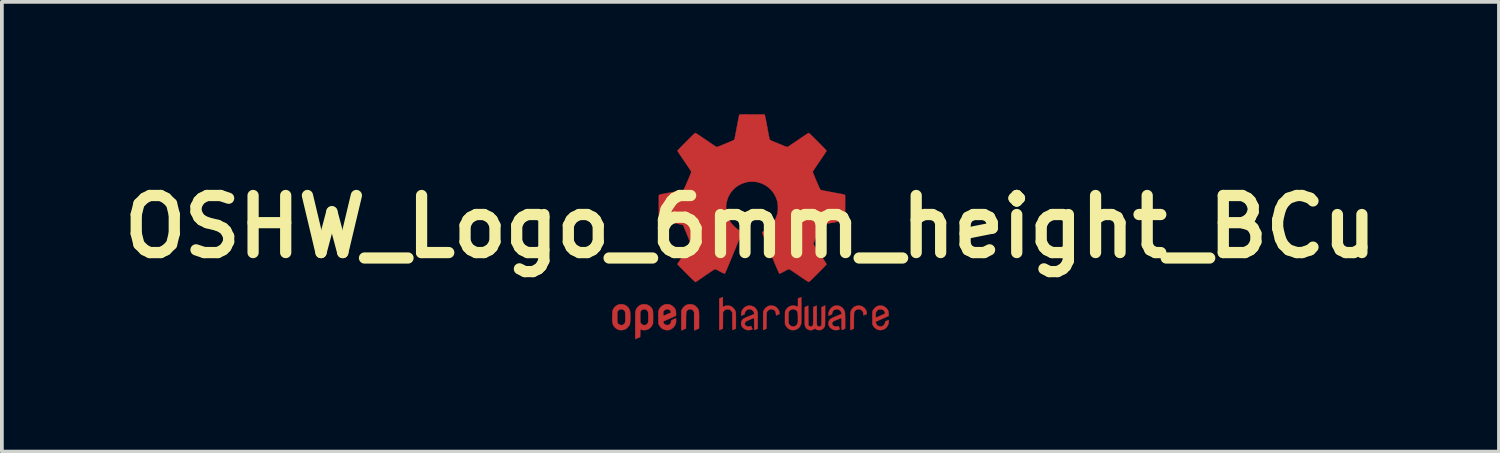
<source format=kicad_pcb>
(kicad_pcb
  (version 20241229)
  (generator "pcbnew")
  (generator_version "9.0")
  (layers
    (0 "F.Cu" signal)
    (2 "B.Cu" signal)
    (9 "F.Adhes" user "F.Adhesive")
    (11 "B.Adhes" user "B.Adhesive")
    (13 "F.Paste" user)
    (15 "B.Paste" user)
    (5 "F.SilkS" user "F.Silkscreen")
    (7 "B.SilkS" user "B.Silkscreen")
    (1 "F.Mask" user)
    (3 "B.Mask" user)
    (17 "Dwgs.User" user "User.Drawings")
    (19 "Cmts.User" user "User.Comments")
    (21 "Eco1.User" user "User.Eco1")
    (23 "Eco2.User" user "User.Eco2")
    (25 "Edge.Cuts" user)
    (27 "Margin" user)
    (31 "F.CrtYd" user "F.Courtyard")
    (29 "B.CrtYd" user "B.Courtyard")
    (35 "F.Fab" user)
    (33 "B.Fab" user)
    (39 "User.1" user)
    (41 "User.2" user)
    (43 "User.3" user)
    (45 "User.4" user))
  (footprint "OSHW_Logo_6mm_height_BCu"
    (layer "F.Cu")
    (at 16.989 3.005)
    (property "Reference" "OSHW_Logo_6mm_height_BCu" (at 0 0 0) (layer "F.SilkS") (effects (font (size 1.524 1.524) (thickness 0.3))))
    (attr through_hole)
    (fp_poly (pts (xy 2.936 2.111) (xy 2.956 2.116) (xy 2.996 2.133) (xy 3.032 2.159) (xy 3.063 2.19) (xy 3.086 2.227) (xy 3.102 2.266) (xy 3.107 2.302) (xy 3.109 2.329) (xy 3.067 2.347) (xy 3.048 2.355) (xy 3.032 2.362) (xy 3.023 2.365) (xy 3.021 2.365) (xy 3.019 2.361) (xy 3.017 2.348) (xy 3.015 2.329) (xy 3.015 2.326) (xy 3.013 2.301) (xy 3.008 2.283) (xy 3 2.266) (xy 2.997 2.261) (xy 2.975 2.234) (xy 2.947 2.215) (xy 2.916 2.204) (xy 2.883 2.202) (xy 2.85 2.207) (xy 2.82 2.222) (xy 2.803 2.236) (xy 2.794 2.245) (xy 2.786 2.253) (xy 2.78 2.26) (xy 2.775 2.27) (xy 2.772 2.281) (xy 2.769 2.295) (xy 2.767 2.314) (xy 2.766 2.338) (xy 2.765 2.369) (xy 2.764 2.408) (xy 2.764 2.454) (xy 2.763 2.504) (xy 2.762 2.72) (xy 2.726 2.736) (xy 2.707 2.744) (xy 2.69 2.751) (xy 2.679 2.755) (xy 2.679 2.755) (xy 2.667 2.758) (xy 2.667 2.545) (xy 2.667 2.496) (xy 2.668 2.45) (xy 2.668 2.407) (xy 2.669 2.369) (xy 2.67 2.337) (xy 2.671 2.312) (xy 2.672 2.296) (xy 2.672 2.294) (xy 2.684 2.249) (xy 2.704 2.208) (xy 2.731 2.173) (xy 2.765 2.145) (xy 2.803 2.124) (xy 2.845 2.111) (xy 2.89 2.106) (xy 2.936 2.111)) (stroke (width 0.01) (type solid)) (fill yes) (layer "F.Cu"))
    (fp_poly (pts (xy 0.556 2.109) (xy 0.584 2.109) (xy 0.605 2.111) (xy 0.623 2.115) (xy 0.639 2.12) (xy 0.642 2.121) (xy 0.676 2.14) (xy 0.707 2.165) (xy 0.734 2.197) (xy 0.755 2.231) (xy 0.769 2.267) (xy 0.774 2.299) (xy 0.775 2.33) (xy 0.734 2.348) (xy 0.714 2.356) (xy 0.698 2.362) (xy 0.689 2.365) (xy 0.687 2.365) (xy 0.685 2.361) (xy 0.683 2.348) (xy 0.683 2.33) (xy 0.683 2.33) (xy 0.678 2.293) (xy 0.665 2.261) (xy 0.644 2.235) (xy 0.618 2.216) (xy 0.586 2.204) (xy 0.551 2.201) (xy 0.518 2.207) (xy 0.497 2.216) (xy 0.476 2.233) (xy 0.456 2.253) (xy 0.443 2.272) (xy 0.44 2.278) (xy 0.438 2.284) (xy 0.436 2.291) (xy 0.434 2.301) (xy 0.433 2.314) (xy 0.432 2.331) (xy 0.431 2.354) (xy 0.431 2.384) (xy 0.43 2.421) (xy 0.43 2.467) (xy 0.43 2.507) (xy 0.428 2.72) (xy 0.388 2.739) (xy 0.369 2.747) (xy 0.354 2.753) (xy 0.344 2.757) (xy 0.343 2.757) (xy 0.342 2.752) (xy 0.341 2.737) (xy 0.34 2.713) (xy 0.34 2.68) (xy 0.34 2.641) (xy 0.34 2.594) (xy 0.34 2.541) (xy 0.34 2.512) (xy 0.341 2.267) (xy 0.358 2.232) (xy 0.383 2.193) (xy 0.416 2.159) (xy 0.454 2.132) (xy 0.465 2.126) (xy 0.482 2.118) (xy 0.495 2.113) (xy 0.509 2.11) (xy 0.527 2.109) (xy 0.551 2.109) (xy 0.556 2.109)) (stroke (width 0.01) (type solid)) (fill yes) (layer "F.Cu"))
    (fp_poly (pts (xy -0.74 1.881) (xy -0.738 1.888) (xy -0.737 1.901) (xy -0.736 1.92) (xy -0.736 1.948) (xy -0.736 1.985) (xy -0.736 2.01) (xy -0.736 2.143) (xy -0.7 2.126) (xy -0.683 2.118) (xy -0.668 2.113) (xy -0.654 2.11) (xy -0.635 2.109) (xy -0.61 2.109) (xy -0.609 2.109) (xy -0.583 2.109) (xy -0.564 2.11) (xy -0.549 2.113) (xy -0.535 2.118) (xy -0.518 2.125) (xy -0.517 2.126) (xy -0.477 2.15) (xy -0.443 2.182) (xy -0.416 2.22) (xy -0.397 2.263) (xy -0.392 2.286) (xy -0.39 2.299) (xy -0.389 2.322) (xy -0.388 2.354) (xy -0.388 2.393) (xy -0.387 2.438) (xy -0.387 2.489) (xy -0.388 2.518) (xy -0.389 2.721) (xy -0.43 2.739) (xy -0.45 2.747) (xy -0.465 2.753) (xy -0.475 2.757) (xy -0.476 2.757) (xy -0.477 2.752) (xy -0.479 2.737) (xy -0.48 2.713) (xy -0.48 2.681) (xy -0.481 2.642) (xy -0.482 2.596) (xy -0.482 2.544) (xy -0.483 2.522) (xy -0.484 2.288) (xy -0.5 2.262) (xy -0.521 2.237) (xy -0.542 2.22) (xy -0.557 2.212) (xy -0.57 2.207) (xy -0.586 2.204) (xy -0.608 2.204) (xy -0.609 2.204) (xy -0.631 2.204) (xy -0.647 2.207) (xy -0.66 2.211) (xy -0.675 2.22) (xy -0.675 2.22) (xy -0.7 2.24) (xy -0.717 2.262) (xy -0.733 2.288) (xy -0.734 2.504) (xy -0.736 2.72) (xy -0.771 2.736) (xy -0.791 2.744) (xy -0.807 2.751) (xy -0.818 2.755) (xy -0.819 2.755) (xy -0.831 2.758) (xy -0.831 1.918) (xy -0.79 1.9) (xy -0.77 1.892) (xy -0.754 1.885) (xy -0.744 1.881) (xy -0.742 1.88) (xy -0.74 1.881)) (stroke (width 0.01) (type solid)) (fill yes) (layer "F.Cu"))
    (fp_poly (pts (xy -1.573 2.072) (xy -1.527 2.083) (xy -1.498 2.095) (xy -1.476 2.11) (xy -1.451 2.131) (xy -1.428 2.155) (xy -1.408 2.18) (xy -1.395 2.202) (xy -1.394 2.202) (xy -1.389 2.215) (xy -1.384 2.228) (xy -1.38 2.241) (xy -1.377 2.256) (xy -1.375 2.275) (xy -1.373 2.297) (xy -1.372 2.325) (xy -1.372 2.359) (xy -1.371 2.4) (xy -1.372 2.45) (xy -1.372 2.499) (xy -1.373 2.715) (xy -1.433 2.742) (xy -1.456 2.752) (xy -1.476 2.76) (xy -1.491 2.765) (xy -1.498 2.768) (xy -1.498 2.768) (xy -1.499 2.762) (xy -1.5 2.747) (xy -1.501 2.722) (xy -1.502 2.688) (xy -1.502 2.645) (xy -1.503 2.594) (xy -1.503 2.536) (xy -1.503 2.525) (xy -1.503 2.282) (xy -1.515 2.259) (xy -1.534 2.233) (xy -1.559 2.214) (xy -1.588 2.204) (xy -1.618 2.202) (xy -1.648 2.209) (xy -1.676 2.225) (xy -1.681 2.229) (xy -1.689 2.237) (xy -1.696 2.244) (xy -1.702 2.251) (xy -1.707 2.259) (xy -1.71 2.271) (xy -1.713 2.285) (xy -1.715 2.304) (xy -1.717 2.329) (xy -1.718 2.36) (xy -1.719 2.399) (xy -1.719 2.446) (xy -1.72 2.497) (xy -1.722 2.716) (xy -1.78 2.742) (xy -1.803 2.752) (xy -1.823 2.76) (xy -1.837 2.766) (xy -1.843 2.768) (xy -1.844 2.762) (xy -1.844 2.748) (xy -1.845 2.724) (xy -1.845 2.694) (xy -1.846 2.656) (xy -1.846 2.613) (xy -1.846 2.566) (xy -1.846 2.515) (xy -1.846 2.504) (xy -1.844 2.241) (xy -1.826 2.205) (xy -1.802 2.165) (xy -1.77 2.131) (xy -1.732 2.102) (xy -1.691 2.082) (xy -1.666 2.075) (xy -1.621 2.069) (xy -1.573 2.072)) (stroke (width 0.01) (type solid)) (fill yes) (layer "F.Cu"))
    (fp_poly (pts (xy -3.408 2.072) (xy -3.363 2.085) (xy -3.321 2.106) (xy -3.283 2.136) (xy -3.28 2.139) (xy -3.261 2.16) (xy -3.245 2.181) (xy -3.232 2.205) (xy -3.222 2.231) (xy -3.215 2.261) (xy -3.211 2.297) (xy -3.208 2.34) (xy -3.207 2.391) (xy -3.208 2.447) (xy -3.209 2.493) (xy -3.211 2.53) (xy -3.214 2.559) (xy -3.217 2.583) (xy -3.222 2.603) (xy -3.229 2.621) (xy -3.238 2.637) (xy -3.249 2.653) (xy -3.266 2.674) (xy -3.288 2.697) (xy -3.312 2.717) (xy -3.334 2.733) (xy -3.34 2.736) (xy -3.379 2.751) (xy -3.423 2.759) (xy -3.468 2.76) (xy -3.497 2.757) (xy -3.541 2.743) (xy -3.582 2.72) (xy -3.618 2.689) (xy -3.648 2.653) (xy -3.67 2.611) (xy -3.682 2.573) (xy -3.685 2.555) (xy -3.687 2.53) (xy -3.688 2.498) (xy -3.688 2.461) (xy -3.689 2.422) (xy -3.688 2.399) (xy -3.556 2.399) (xy -3.556 2.413) (xy -3.556 2.458) (xy -3.555 2.494) (xy -3.554 2.523) (xy -3.551 2.545) (xy -3.547 2.562) (xy -3.542 2.575) (xy -3.534 2.585) (xy -3.525 2.595) (xy -3.517 2.602) (xy -3.487 2.62) (xy -3.455 2.628) (xy -3.422 2.626) (xy -3.417 2.624) (xy -3.4 2.616) (xy -3.381 2.603) (xy -3.373 2.596) (xy -3.363 2.585) (xy -3.355 2.573) (xy -3.349 2.56) (xy -3.344 2.543) (xy -3.342 2.522) (xy -3.34 2.495) (xy -3.339 2.461) (xy -3.34 2.419) (xy -3.34 2.397) (xy -3.341 2.355) (xy -3.342 2.323) (xy -3.343 2.298) (xy -3.346 2.279) (xy -3.35 2.264) (xy -3.355 2.253) (xy -3.363 2.243) (xy -3.373 2.234) (xy -3.378 2.229) (xy -3.406 2.211) (xy -3.435 2.203) (xy -3.466 2.203) (xy -3.495 2.212) (xy -3.521 2.229) (xy -3.541 2.254) (xy -3.544 2.259) (xy -3.548 2.267) (xy -3.55 2.274) (xy -3.553 2.283) (xy -3.554 2.295) (xy -3.555 2.311) (xy -3.556 2.333) (xy -3.556 2.362) (xy -3.556 2.399) (xy -3.688 2.399) (xy -3.688 2.383) (xy -3.687 2.344) (xy -3.686 2.31) (xy -3.684 2.28) (xy -3.682 2.257) (xy -3.68 2.246) (xy -3.665 2.205) (xy -3.642 2.168) (xy -3.62 2.141) (xy -3.584 2.11) (xy -3.543 2.088) (xy -3.499 2.074) (xy -3.454 2.069) (xy -3.408 2.072)) (stroke (width 0.01) (type solid)) (fill yes) (layer "F.Cu"))
    (fp_poly (pts (xy -2.19 2.071) (xy -2.146 2.081) (xy -2.105 2.1) (xy -2.067 2.128) (xy -2.041 2.154) (xy -2.02 2.178) (xy -2.006 2.202) (xy -1.996 2.227) (xy -1.99 2.256) (xy -1.988 2.292) (xy -1.987 2.311) (xy -1.987 2.376) (xy -2.156 2.452) (xy -2.326 2.527) (xy -2.325 2.544) (xy -2.319 2.568) (xy -2.304 2.591) (xy -2.283 2.609) (xy -2.257 2.621) (xy -2.228 2.627) (xy -2.223 2.627) (xy -2.189 2.622) (xy -2.161 2.609) (xy -2.139 2.587) (xy -2.124 2.559) (xy -2.117 2.53) (xy -2.114 2.501) (xy -2.053 2.473) (xy -2.03 2.462) (xy -2.01 2.454) (xy -1.996 2.448) (xy -1.989 2.445) (xy -1.988 2.445) (xy -1.987 2.45) (xy -1.985 2.463) (xy -1.985 2.482) (xy -1.984 2.5) (xy -1.986 2.544) (xy -1.993 2.581) (xy -2.005 2.614) (xy -2.023 2.646) (xy -2.023 2.647) (xy -2.057 2.689) (xy -2.094 2.721) (xy -2.136 2.744) (xy -2.181 2.758) (xy -2.229 2.761) (xy -2.28 2.754) (xy -2.286 2.753) (xy -2.33 2.736) (xy -2.369 2.71) (xy -2.404 2.677) (xy -2.433 2.637) (xy -2.442 2.619) (xy -2.458 2.585) (xy -2.46 2.426) (xy -2.46 2.38) (xy -2.46 2.347) (xy -2.328 2.347) (xy -2.328 2.366) (xy -2.327 2.378) (xy -2.326 2.381) (xy -2.321 2.379) (xy -2.307 2.373) (xy -2.287 2.365) (xy -2.261 2.353) (xy -2.231 2.34) (xy -2.222 2.336) (xy -2.191 2.323) (xy -2.164 2.311) (xy -2.142 2.301) (xy -2.127 2.293) (xy -2.119 2.289) (xy -2.118 2.289) (xy -2.119 2.283) (xy -2.123 2.272) (xy -2.125 2.267) (xy -2.141 2.239) (xy -2.164 2.219) (xy -2.19 2.206) (xy -2.219 2.202) (xy -2.249 2.205) (xy -2.277 2.217) (xy -2.303 2.238) (xy -2.31 2.245) (xy -2.317 2.255) (xy -2.321 2.264) (xy -2.324 2.275) (xy -2.326 2.29) (xy -2.327 2.312) (xy -2.327 2.324) (xy -2.328 2.347) (xy -2.46 2.347) (xy -2.46 2.343) (xy -2.46 2.315) (xy -2.46 2.293) (xy -2.459 2.276) (xy -2.457 2.263) (xy -2.455 2.252) (xy -2.453 2.242) (xy -2.45 2.233) (xy -2.429 2.187) (xy -2.4 2.148) (xy -2.363 2.115) (xy -2.325 2.092) (xy -2.303 2.082) (xy -2.285 2.076) (xy -2.265 2.072) (xy -2.239 2.07) (xy -2.19 2.071)) (stroke (width 0.01) (type solid)) (fill yes) (layer "F.Cu"))
    (fp_poly (pts (xy -2.821 2.07) (xy -2.771 2.078) (xy -2.726 2.094) (xy -2.687 2.119) (xy -2.653 2.153) (xy -2.643 2.165) (xy -2.631 2.182) (xy -2.622 2.197) (xy -2.614 2.213) (xy -2.608 2.231) (xy -2.604 2.252) (xy -2.601 2.276) (xy -2.6 2.307) (xy -2.599 2.345) (xy -2.599 2.391) (xy -2.599 2.427) (xy -2.601 2.586) (xy -2.621 2.626) (xy -2.647 2.668) (xy -2.681 2.704) (xy -2.72 2.731) (xy -2.763 2.75) (xy -2.81 2.76) (xy -2.859 2.76) (xy -2.871 2.758) (xy -2.893 2.754) (xy -2.912 2.749) (xy -2.926 2.744) (xy -2.926 2.744) (xy -2.942 2.736) (xy -2.943 2.84) (xy -2.945 2.944) (xy -2.992 2.964) (xy -3.015 2.974) (xy -3.036 2.983) (xy -3.052 2.99) (xy -3.057 2.992) (xy -3.074 3) (xy -3.074 2.635) (xy -3.074 2.564) (xy -3.074 2.503) (xy -3.074 2.45) (xy -3.074 2.413) (xy -2.942 2.413) (xy -2.942 2.458) (xy -2.942 2.493) (xy -2.941 2.521) (xy -2.939 2.542) (xy -2.935 2.558) (xy -2.931 2.571) (xy -2.925 2.581) (xy -2.916 2.59) (xy -2.906 2.599) (xy -2.905 2.599) (xy -2.876 2.619) (xy -2.846 2.628) (xy -2.815 2.627) (xy -2.804 2.624) (xy -2.774 2.609) (xy -2.75 2.586) (xy -2.74 2.57) (xy -2.736 2.562) (xy -2.733 2.553) (xy -2.731 2.542) (xy -2.729 2.528) (xy -2.728 2.508) (xy -2.727 2.481) (xy -2.726 2.445) (xy -2.726 2.437) (xy -2.726 2.388) (xy -2.726 2.349) (xy -2.728 2.318) (xy -2.731 2.293) (xy -2.735 2.274) (xy -2.741 2.259) (xy -2.749 2.246) (xy -2.751 2.244) (xy -2.775 2.221) (xy -2.802 2.207) (xy -2.832 2.202) (xy -2.862 2.205) (xy -2.89 2.216) (xy -2.914 2.235) (xy -2.932 2.261) (xy -2.935 2.268) (xy -2.938 2.276) (xy -2.939 2.286) (xy -2.941 2.301) (xy -2.941 2.32) (xy -2.942 2.347) (xy -2.942 2.382) (xy -2.942 2.413) (xy -3.074 2.413) (xy -3.074 2.406) (xy -3.074 2.369) (xy -3.073 2.338) (xy -3.073 2.314) (xy -3.072 2.294) (xy -3.071 2.278) (xy -3.07 2.266) (xy -3.069 2.257) (xy -3.067 2.249) (xy -3.065 2.242) (xy -3.064 2.239) (xy -3.049 2.2) (xy -3.028 2.166) (xy -3 2.135) (xy -2.999 2.134) (xy -2.961 2.104) (xy -2.92 2.083) (xy -2.875 2.072) (xy -2.826 2.07) (xy -2.821 2.07)) (stroke (width 0.01) (type solid)) (fill yes) (layer "F.Cu"))
    (fp_poly (pts (xy 0.009 2.109) (xy 0.054 2.121) (xy 0.095 2.141) (xy 0.131 2.17) (xy 0.16 2.207) (xy 0.171 2.226) (xy 0.177 2.239) (xy 0.182 2.252) (xy 0.186 2.266) (xy 0.189 2.283) (xy 0.192 2.304) (xy 0.193 2.329) (xy 0.195 2.359) (xy 0.195 2.397) (xy 0.195 2.443) (xy 0.195 2.497) (xy 0.195 2.518) (xy 0.193 2.722) (xy 0.152 2.739) (xy 0.132 2.747) (xy 0.116 2.753) (xy 0.107 2.757) (xy 0.105 2.757) (xy 0.104 2.752) (xy 0.103 2.737) (xy 0.102 2.714) (xy 0.101 2.684) (xy 0.101 2.648) (xy 0.101 2.606) (xy 0.101 2.596) (xy 0.1 2.555) (xy 0.1 2.519) (xy 0.1 2.487) (xy 0.1 2.462) (xy 0.099 2.444) (xy 0.099 2.435) (xy 0.099 2.434) (xy 0.092 2.436) (xy 0.078 2.442) (xy 0.057 2.45) (xy 0.032 2.461) (xy 0.004 2.472) (xy -0.024 2.484) (xy -0.052 2.496) (xy -0.076 2.507) (xy -0.096 2.516) (xy -0.11 2.523) (xy -0.115 2.526) (xy -0.131 2.541) (xy -0.144 2.561) (xy -0.151 2.582) (xy -0.151 2.598) (xy -0.14 2.623) (xy -0.122 2.643) (xy -0.097 2.657) (xy -0.068 2.664) (xy -0.034 2.664) (xy 0.000457 2.657) (xy 0.013 2.653) (xy 0.019 2.657) (xy 0.027 2.67) (xy 0.037 2.693) (xy 0.045 2.713) (xy 0.05 2.728) (xy 0.052 2.737) (xy 0.052 2.738) (xy 0.047 2.741) (xy 0.034 2.745) (xy 0.025 2.748) (xy -0.004 2.755) (xy -0.037 2.759) (xy -0.069 2.759) (xy -0.09 2.757) (xy -0.128 2.745) (xy -0.164 2.726) (xy -0.195 2.701) (xy -0.22 2.673) (xy -0.238 2.642) (xy -0.241 2.631) (xy -0.248 2.592) (xy -0.245 2.553) (xy -0.233 2.516) (xy -0.213 2.483) (xy -0.19 2.461) (xy -0.175 2.451) (xy -0.15 2.438) (xy -0.116 2.422) (xy -0.072 2.403) (xy -0.032 2.387) (xy 0.102 2.332) (xy 0.099 2.309) (xy 0.091 2.277) (xy 0.074 2.25) (xy 0.05 2.228) (xy 0.022 2.212) (xy -0.01 2.203) (xy -0.043 2.202) (xy -0.071 2.209) (xy -0.098 2.224) (xy -0.121 2.247) (xy -0.139 2.275) (xy -0.151 2.305) (xy -0.153 2.328) (xy -0.158 2.338) (xy -0.168 2.343) (xy -0.181 2.348) (xy -0.199 2.356) (xy -0.213 2.362) (xy -0.244 2.376) (xy -0.243 2.324) (xy -0.241 2.299) (xy -0.239 2.28) (xy -0.235 2.264) (xy -0.228 2.247) (xy -0.223 2.236) (xy -0.197 2.194) (xy -0.164 2.159) (xy -0.127 2.132) (xy -0.084 2.115) (xy -0.04 2.107) (xy 0.009 2.109)) (stroke (width 0.01) (type solid)) (fill yes) (layer "F.Cu"))
    (fp_poly (pts (xy 3.497 2.109) (xy 3.515 2.11) (xy 3.53 2.113) (xy 3.544 2.117) (xy 3.56 2.125) (xy 3.568 2.129) (xy 3.605 2.152) (xy 3.638 2.181) (xy 3.664 2.214) (xy 3.678 2.242) (xy 3.684 2.261) (xy 3.688 2.28) (xy 3.69 2.304) (xy 3.69 2.327) (xy 3.691 2.382) (xy 3.52 2.458) (xy 3.48 2.476) (xy 3.443 2.492) (xy 3.411 2.507) (xy 3.384 2.519) (xy 3.363 2.528) (xy 3.35 2.534) (xy 3.346 2.536) (xy 3.345 2.544) (xy 3.348 2.557) (xy 3.353 2.574) (xy 3.359 2.592) (xy 3.366 2.607) (xy 3.368 2.61) (xy 3.391 2.635) (xy 3.42 2.653) (xy 3.452 2.663) (xy 3.487 2.664) (xy 3.509 2.66) (xy 3.538 2.647) (xy 3.563 2.626) (xy 3.583 2.601) (xy 3.595 2.572) (xy 3.598 2.55) (xy 3.599 2.541) (xy 3.601 2.534) (xy 3.607 2.529) (xy 3.619 2.522) (xy 3.639 2.514) (xy 3.643 2.512) (xy 3.663 2.503) (xy 3.679 2.497) (xy 3.689 2.493) (xy 3.691 2.492) (xy 3.693 2.497) (xy 3.694 2.51) (xy 3.694 2.528) (xy 3.692 2.549) (xy 3.689 2.57) (xy 3.686 2.588) (xy 3.684 2.597) (xy 3.665 2.642) (xy 3.638 2.681) (xy 3.606 2.713) (xy 3.568 2.738) (xy 3.526 2.753) (xy 3.481 2.76) (xy 3.434 2.757) (xy 3.429 2.756) (xy 3.389 2.744) (xy 3.351 2.722) (xy 3.316 2.693) (xy 3.288 2.66) (xy 3.271 2.631) (xy 3.257 2.601) (xy 3.257 2.373) (xy 3.344 2.373) (xy 3.344 2.395) (xy 3.345 2.413) (xy 3.347 2.425) (xy 3.348 2.429) (xy 3.354 2.427) (xy 3.368 2.421) (xy 3.389 2.412) (xy 3.416 2.401) (xy 3.447 2.387) (xy 3.475 2.375) (xy 3.514 2.357) (xy 3.544 2.344) (xy 3.566 2.333) (xy 3.582 2.325) (xy 3.592 2.319) (xy 3.597 2.314) (xy 3.598 2.31) (xy 3.598 2.31) (xy 3.595 2.296) (xy 3.588 2.278) (xy 3.578 2.258) (xy 3.567 2.242) (xy 3.561 2.235) (xy 3.534 2.217) (xy 3.503 2.206) (xy 3.469 2.202) (xy 3.437 2.206) (xy 3.421 2.211) (xy 3.399 2.225) (xy 3.378 2.246) (xy 3.361 2.269) (xy 3.351 2.292) (xy 3.35 2.294) (xy 3.348 2.307) (xy 3.346 2.327) (xy 3.345 2.349) (xy 3.344 2.373) (xy 3.257 2.373) (xy 3.257 2.267) (xy 3.273 2.233) (xy 3.298 2.194) (xy 3.33 2.159) (xy 3.369 2.132) (xy 3.38 2.126) (xy 3.397 2.118) (xy 3.41 2.113) (xy 3.424 2.11) (xy 3.442 2.109) (xy 3.466 2.109) (xy 3.471 2.109) (xy 3.497 2.109)) (stroke (width 0.01) (type solid)) (fill yes) (layer "F.Cu"))
    (fp_poly (pts (xy 1.994 2.377) (xy 1.993 2.438) (xy 1.993 2.489) (xy 1.993 2.531) (xy 1.992 2.565) (xy 1.992 2.592) (xy 1.991 2.614) (xy 1.99 2.63) (xy 1.989 2.642) (xy 1.988 2.652) (xy 1.986 2.658) (xy 1.984 2.664) (xy 1.981 2.669) (xy 1.98 2.671) (xy 1.957 2.705) (xy 1.927 2.731) (xy 1.894 2.749) (xy 1.857 2.759) (xy 1.82 2.76) (xy 1.782 2.751) (xy 1.747 2.733) (xy 1.747 2.733) (xy 1.732 2.724) (xy 1.723 2.72) (xy 1.717 2.72) (xy 1.712 2.725) (xy 1.712 2.725) (xy 1.698 2.735) (xy 1.678 2.745) (xy 1.655 2.753) (xy 1.63 2.759) (xy 1.608 2.762) (xy 1.592 2.761) (xy 1.59 2.76) (xy 1.582 2.758) (xy 1.568 2.755) (xy 1.566 2.755) (xy 1.543 2.747) (xy 1.519 2.732) (xy 1.496 2.713) (xy 1.481 2.696) (xy 1.474 2.685) (xy 1.468 2.674) (xy 1.463 2.663) (xy 1.459 2.649) (xy 1.456 2.633) (xy 1.454 2.613) (xy 1.452 2.588) (xy 1.451 2.557) (xy 1.451 2.519) (xy 1.451 2.474) (xy 1.451 2.419) (xy 1.451 2.378) (xy 1.453 2.146) (xy 1.543 2.107) (xy 1.545 2.369) (xy 1.548 2.631) (xy 1.568 2.649) (xy 1.582 2.661) (xy 1.596 2.666) (xy 1.611 2.667) (xy 1.635 2.663) (xy 1.648 2.656) (xy 1.655 2.65) (xy 1.661 2.644) (xy 1.665 2.638) (xy 1.669 2.629) (xy 1.672 2.617) (xy 1.674 2.601) (xy 1.675 2.58) (xy 1.676 2.553) (xy 1.677 2.52) (xy 1.677 2.478) (xy 1.677 2.428) (xy 1.677 2.377) (xy 1.677 2.145) (xy 1.721 2.127) (xy 1.741 2.119) (xy 1.757 2.112) (xy 1.767 2.108) (xy 1.769 2.107) (xy 1.769 2.112) (xy 1.77 2.126) (xy 1.771 2.149) (xy 1.772 2.179) (xy 1.772 2.216) (xy 1.772 2.259) (xy 1.772 2.306) (xy 1.772 2.357) (xy 1.772 2.362) (xy 1.772 2.422) (xy 1.772 2.472) (xy 1.772 2.513) (xy 1.773 2.547) (xy 1.773 2.573) (xy 1.774 2.594) (xy 1.775 2.609) (xy 1.776 2.62) (xy 1.778 2.628) (xy 1.78 2.633) (xy 1.78 2.634) (xy 1.795 2.653) (xy 1.815 2.664) (xy 1.837 2.667) (xy 1.859 2.662) (xy 1.879 2.65) (xy 1.891 2.635) (xy 1.893 2.631) (xy 1.895 2.624) (xy 1.896 2.615) (xy 1.897 2.602) (xy 1.898 2.584) (xy 1.899 2.561) (xy 1.899 2.531) (xy 1.9 2.493) (xy 1.9 2.447) (xy 1.9 2.391) (xy 1.9 2.384) (xy 1.9 2.148) (xy 1.935 2.132) (xy 1.955 2.123) (xy 1.972 2.116) (xy 1.983 2.111) (xy 1.983 2.111) (xy 1.995 2.106) (xy 1.994 2.377)) (stroke (width 0.01) (type solid)) (fill yes) (layer "F.Cu"))
    (fp_poly (pts (xy 1.355 1.881) (xy 1.356 1.887) (xy 1.357 1.898) (xy 1.358 1.915) (xy 1.358 1.938) (xy 1.359 1.967) (xy 1.359 2.005) (xy 1.36 2.05) (xy 1.36 2.104) (xy 1.36 2.168) (xy 1.36 2.227) (xy 1.36 2.296) (xy 1.36 2.356) (xy 1.36 2.407) (xy 1.36 2.45) (xy 1.359 2.485) (xy 1.359 2.514) (xy 1.358 2.538) (xy 1.358 2.556) (xy 1.357 2.571) (xy 1.355 2.582) (xy 1.354 2.592) (xy 1.352 2.599) (xy 1.35 2.606) (xy 1.349 2.61) (xy 1.331 2.65) (xy 1.305 2.686) (xy 1.271 2.717) (xy 1.233 2.74) (xy 1.22 2.746) (xy 1.19 2.754) (xy 1.156 2.759) (xy 1.122 2.76) (xy 1.096 2.757) (xy 1.051 2.742) (xy 1.011 2.718) (xy 0.977 2.686) (xy 0.949 2.647) (xy 0.943 2.636) (xy 0.923 2.596) (xy 0.923 2.434) (xy 0.923 2.434) (xy 1.016 2.434) (xy 1.016 2.434) (xy 1.016 2.479) (xy 1.016 2.514) (xy 1.017 2.541) (xy 1.019 2.563) (xy 1.022 2.579) (xy 1.026 2.591) (xy 1.031 2.602) (xy 1.038 2.611) (xy 1.048 2.622) (xy 1.05 2.624) (xy 1.078 2.647) (xy 1.11 2.661) (xy 1.143 2.666) (xy 1.176 2.661) (xy 1.206 2.647) (xy 1.234 2.624) (xy 1.254 2.594) (xy 1.265 2.559) (xy 1.267 2.541) (xy 1.269 2.514) (xy 1.269 2.48) (xy 1.269 2.44) (xy 1.269 2.413) (xy 1.268 2.37) (xy 1.266 2.335) (xy 1.264 2.309) (xy 1.26 2.288) (xy 1.255 2.272) (xy 1.248 2.259) (xy 1.238 2.247) (xy 1.226 2.235) (xy 1.225 2.234) (xy 1.195 2.214) (xy 1.162 2.203) (xy 1.129 2.201) (xy 1.096 2.209) (xy 1.066 2.225) (xy 1.049 2.239) (xy 1.04 2.25) (xy 1.032 2.26) (xy 1.027 2.271) (xy 1.022 2.284) (xy 1.019 2.301) (xy 1.018 2.323) (xy 1.017 2.352) (xy 1.016 2.388) (xy 1.016 2.434) (xy 0.923 2.434) (xy 0.923 2.389) (xy 0.924 2.352) (xy 0.924 2.324) (xy 0.924 2.302) (xy 0.925 2.285) (xy 0.927 2.272) (xy 0.929 2.262) (xy 0.931 2.253) (xy 0.935 2.244) (xy 0.936 2.241) (xy 0.952 2.213) (xy 0.974 2.184) (xy 1.001 2.157) (xy 1.03 2.135) (xy 1.056 2.122) (xy 1.098 2.111) (xy 1.142 2.107) (xy 1.185 2.111) (xy 1.226 2.122) (xy 1.248 2.133) (xy 1.26 2.14) (xy 1.267 2.143) (xy 1.268 2.143) (xy 1.268 2.138) (xy 1.269 2.124) (xy 1.269 2.102) (xy 1.27 2.075) (xy 1.27 2.043) (xy 1.27 2.03) (xy 1.27 1.917) (xy 1.308 1.9) (xy 1.327 1.891) (xy 1.343 1.884) (xy 1.352 1.88) (xy 1.353 1.88) (xy 1.355 1.881)) (stroke (width 0.01) (type solid)) (fill yes) (layer "F.Cu"))
    (fp_poly (pts (xy 2.333 2.109) (xy 2.352 2.11) (xy 2.366 2.113) (xy 2.381 2.118) (xy 2.397 2.125) (xy 2.399 2.126) (xy 2.44 2.151) (xy 2.474 2.183) (xy 2.5 2.222) (xy 2.518 2.265) (xy 2.524 2.291) (xy 2.525 2.305) (xy 2.526 2.327) (xy 2.527 2.357) (xy 2.528 2.394) (xy 2.529 2.435) (xy 2.529 2.48) (xy 2.529 2.522) (xy 2.529 2.718) (xy 2.487 2.738) (xy 2.467 2.746) (xy 2.451 2.753) (xy 2.441 2.757) (xy 2.439 2.757) (xy 2.438 2.752) (xy 2.437 2.737) (xy 2.436 2.714) (xy 2.435 2.683) (xy 2.434 2.646) (xy 2.434 2.603) (xy 2.434 2.596) (xy 2.434 2.555) (xy 2.434 2.519) (xy 2.434 2.487) (xy 2.433 2.462) (xy 2.433 2.444) (xy 2.432 2.435) (xy 2.432 2.434) (xy 2.426 2.436) (xy 2.411 2.442) (xy 2.391 2.45) (xy 2.366 2.46) (xy 2.339 2.471) (xy 2.311 2.483) (xy 2.285 2.494) (xy 2.261 2.504) (xy 2.242 2.513) (xy 2.229 2.519) (xy 2.227 2.52) (xy 2.211 2.531) (xy 2.198 2.542) (xy 2.195 2.546) (xy 2.183 2.568) (xy 2.181 2.591) (xy 2.188 2.612) (xy 2.201 2.631) (xy 2.22 2.647) (xy 2.243 2.659) (xy 2.27 2.665) (xy 2.299 2.665) (xy 2.324 2.659) (xy 2.339 2.655) (xy 2.349 2.652) (xy 2.352 2.652) (xy 2.355 2.657) (xy 2.36 2.67) (xy 2.368 2.688) (xy 2.37 2.693) (xy 2.378 2.713) (xy 2.381 2.726) (xy 2.382 2.733) (xy 2.379 2.738) (xy 2.377 2.74) (xy 2.361 2.748) (xy 2.337 2.754) (xy 2.31 2.758) (xy 2.281 2.76) (xy 2.254 2.758) (xy 2.244 2.757) (xy 2.213 2.747) (xy 2.18 2.731) (xy 2.15 2.712) (xy 2.134 2.699) (xy 2.11 2.671) (xy 2.095 2.642) (xy 2.087 2.608) (xy 2.086 2.595) (xy 2.087 2.555) (xy 2.097 2.52) (xy 2.115 2.489) (xy 2.123 2.479) (xy 2.132 2.47) (xy 2.142 2.462) (xy 2.155 2.453) (xy 2.171 2.443) (xy 2.192 2.433) (xy 2.219 2.42) (xy 2.253 2.406) (xy 2.295 2.388) (xy 2.333 2.373) (xy 2.435 2.331) (xy 2.432 2.31) (xy 2.422 2.277) (xy 2.404 2.248) (xy 2.393 2.236) (xy 2.366 2.216) (xy 2.336 2.205) (xy 2.305 2.202) (xy 2.274 2.206) (xy 2.245 2.218) (xy 2.219 2.237) (xy 2.199 2.261) (xy 2.186 2.291) (xy 2.182 2.31) (xy 2.179 2.336) (xy 2.137 2.355) (xy 2.117 2.363) (xy 2.101 2.37) (xy 2.091 2.374) (xy 2.089 2.375) (xy 2.087 2.372) (xy 2.085 2.36) (xy 2.085 2.343) (xy 2.086 2.323) (xy 2.089 2.302) (xy 2.092 2.283) (xy 2.093 2.278) (xy 2.109 2.235) (xy 2.134 2.196) (xy 2.166 2.161) (xy 2.202 2.134) (xy 2.216 2.126) (xy 2.233 2.118) (xy 2.247 2.113) (xy 2.261 2.11) (xy 2.278 2.109) (xy 2.303 2.109) (xy 2.307 2.109) (xy 2.333 2.109)) (stroke (width 0.01) (type solid)) (fill yes) (layer "F.Cu"))
    (fp_poly (pts (xy -0.087 -3) (xy -0.031 -2.999) (xy 0.035 -2.999) (xy 0.044 -2.999) (xy 0.372 -2.998) (xy 0.381 -2.985) (xy 0.384 -2.977) (xy 0.389 -2.962) (xy 0.394 -2.938) (xy 0.401 -2.905) (xy 0.41 -2.863) (xy 0.42 -2.812) (xy 0.431 -2.751) (xy 0.445 -2.68) (xy 0.45 -2.654) (xy 0.463 -2.579) (xy 0.476 -2.514) (xy 0.486 -2.46) (xy 0.495 -2.415) (xy 0.503 -2.379) (xy 0.509 -2.352) (xy 0.514 -2.334) (xy 0.517 -2.325) (xy 0.517 -2.324) (xy 0.52 -2.321) (xy 0.525 -2.317) (xy 0.533 -2.312) (xy 0.544 -2.307) (xy 0.559 -2.3) (xy 0.579 -2.291) (xy 0.604 -2.28) (xy 0.635 -2.267) (xy 0.673 -2.251) (xy 0.718 -2.233) (xy 0.772 -2.211) (xy 0.833 -2.186) (xy 0.888 -2.164) (xy 0.921 -2.15) (xy 0.945 -2.141) (xy 0.963 -2.135) (xy 0.976 -2.131) (xy 0.985 -2.13) (xy 0.992 -2.131) (xy 0.995 -2.132) (xy 1.002 -2.136) (xy 1.017 -2.145) (xy 1.039 -2.159) (xy 1.067 -2.178) (xy 1.101 -2.201) (xy 1.139 -2.227) (xy 1.182 -2.255) (xy 1.227 -2.286) (xy 1.274 -2.318) (xy 1.322 -2.351) (xy 1.368 -2.383) (xy 1.411 -2.411) (xy 1.449 -2.437) (xy 1.483 -2.459) (xy 1.511 -2.477) (xy 1.532 -2.491) (xy 1.546 -2.499) (xy 1.552 -2.502) (xy 1.556 -2.502) (xy 1.56 -2.501) (xy 1.566 -2.498) (xy 1.574 -2.492) (xy 1.584 -2.484) (xy 1.597 -2.472) (xy 1.614 -2.456) (xy 1.635 -2.435) (xy 1.661 -2.41) (xy 1.693 -2.379) (xy 1.73 -2.342) (xy 1.774 -2.298) (xy 1.8 -2.272) (xy 1.851 -2.221) (xy 1.895 -2.176) (xy 1.932 -2.139) (xy 1.963 -2.107) (xy 1.988 -2.081) (xy 2.006 -2.061) (xy 2.02 -2.046) (xy 2.028 -2.035) (xy 2.032 -2.029) (xy 2.032 -2.028) (xy 2.029 -2.021) (xy 2.02 -2.006) (xy 2.006 -1.984) (xy 1.987 -1.954) (xy 1.963 -1.918) (xy 1.935 -1.876) (xy 1.903 -1.829) (xy 1.868 -1.776) (xy 1.851 -1.753) (xy 1.819 -1.705) (xy 1.788 -1.66) (xy 1.759 -1.618) (xy 1.734 -1.58) (xy 1.711 -1.546) (xy 1.693 -1.518) (xy 1.679 -1.496) (xy 1.669 -1.482) (xy 1.666 -1.475) (xy 1.665 -1.471) (xy 1.665 -1.465) (xy 1.667 -1.456) (xy 1.671 -1.443) (xy 1.677 -1.426) (xy 1.686 -1.404) (xy 1.698 -1.376) (xy 1.712 -1.341) (xy 1.73 -1.298) (xy 1.752 -1.246) (xy 1.76 -1.227) (xy 1.785 -1.169) (xy 1.806 -1.12) (xy 1.824 -1.08) (xy 1.839 -1.048) (xy 1.85 -1.023) (xy 1.86 -1.005) (xy 1.867 -0.993) (xy 1.871 -0.986) (xy 1.873 -0.985) (xy 1.876 -0.983) (xy 1.882 -0.981) (xy 1.89 -0.979) (xy 1.901 -0.976) (xy 1.917 -0.972) (xy 1.936 -0.968) (xy 1.962 -0.963) (xy 1.993 -0.957) (xy 2.031 -0.949) (xy 2.076 -0.941) (xy 2.129 -0.931) (xy 2.191 -0.919) (xy 2.262 -0.906) (xy 2.302 -0.899) (xy 2.355 -0.889) (xy 2.399 -0.881) (xy 2.435 -0.874) (xy 2.463 -0.868) (xy 2.484 -0.863) (xy 2.499 -0.859) (xy 2.509 -0.855) (xy 2.516 -0.852) (xy 2.518 -0.85) (xy 2.529 -0.84) (xy 2.529 -0.516) (xy 2.529 -0.449) (xy 2.529 -0.392) (xy 2.529 -0.344) (xy 2.529 -0.304) (xy 2.529 -0.271) (xy 2.528 -0.245) (xy 2.528 -0.225) (xy 2.527 -0.21) (xy 2.526 -0.198) (xy 2.524 -0.191) (xy 2.523 -0.185) (xy 2.521 -0.182) (xy 2.52 -0.181) (xy 2.515 -0.178) (xy 2.505 -0.174) (xy 2.489 -0.169) (xy 2.467 -0.164) (xy 2.438 -0.157) (xy 2.401 -0.15) (xy 2.357 -0.141) (xy 2.305 -0.131) (xy 2.245 -0.119) (xy 2.175 -0.106) (xy 2.096 -0.092) (xy 2.007 -0.076) (xy 1.979 -0.071) (xy 1.944 -0.064) (xy 1.919 -0.058) (xy 1.901 -0.053) (xy 1.89 -0.048) (xy 1.886 -0.045) (xy 1.881 -0.038) (xy 1.873 -0.022) (xy 1.863 0.001) (xy 1.85 0.031) (xy 1.835 0.066) (xy 1.819 0.105) (xy 1.802 0.147) (xy 1.784 0.19) (xy 1.766 0.234) (xy 1.749 0.278) (xy 1.733 0.319) (xy 1.719 0.357) (xy 1.706 0.391) (xy 1.695 0.42) (xy 1.688 0.442) (xy 1.684 0.457) (xy 1.683 0.461) (xy 1.684 0.466) (xy 1.688 0.475) (xy 1.695 0.488) (xy 1.705 0.505) (xy 1.719 0.527) (xy 1.738 0.556) (xy 1.761 0.59) (xy 1.789 0.631) (xy 1.822 0.68) (xy 1.856 0.73) (xy 1.889 0.779) (xy 1.92 0.824) (xy 1.949 0.867) (xy 1.974 0.904) (xy 1.995 0.936) (xy 2.011 0.962) (xy 2.023 0.982) (xy 2.03 0.994) (xy 2.031 0.997) (xy 2.031 1) (xy 2.03 1.005) (xy 2.026 1.011) (xy 2.021 1.019) (xy 2.012 1.029) (xy 1.999 1.043) (xy 1.983 1.06) (xy 1.962 1.082) (xy 1.936 1.109) (xy 1.904 1.141) (xy 1.866 1.18) (xy 1.821 1.225) (xy 1.803 1.242) (xy 1.755 1.29) (xy 1.714 1.332) (xy 1.679 1.366) (xy 1.649 1.395) (xy 1.625 1.418) (xy 1.606 1.436) (xy 1.591 1.45) (xy 1.579 1.46) (xy 1.57 1.467) (xy 1.564 1.471) (xy 1.559 1.473) (xy 1.557 1.473) (xy 1.551 1.471) (xy 1.541 1.466) (xy 1.525 1.457) (xy 1.504 1.444) (xy 1.476 1.426) (xy 1.442 1.403) (xy 1.4 1.375) (xy 1.351 1.342) (xy 1.294 1.303) (xy 1.294 1.303) (xy 1.24 1.265) (xy 1.193 1.234) (xy 1.154 1.207) (xy 1.122 1.186) (xy 1.096 1.169) (xy 1.075 1.155) (xy 1.058 1.145) (xy 1.046 1.139) (xy 1.037 1.135) (xy 1.031 1.133) (xy 1.028 1.132) (xy 1.011 1.136) (xy 0.988 1.145) (xy 0.975 1.153) (xy 0.957 1.163) (xy 0.933 1.176) (xy 0.905 1.191) (xy 0.875 1.207) (xy 0.861 1.214) (xy 0.832 1.229) (xy 0.81 1.24) (xy 0.795 1.246) (xy 0.785 1.25) (xy 0.778 1.25) (xy 0.773 1.249) (xy 0.771 1.247) (xy 0.767 1.241) (xy 0.76 1.227) (xy 0.749 1.203) (xy 0.736 1.173) (xy 0.719 1.135) (xy 0.7 1.092) (xy 0.68 1.043) (xy 0.657 0.991) (xy 0.633 0.934) (xy 0.608 0.874) (xy 0.582 0.813) (xy 0.556 0.75) (xy 0.529 0.687) (xy 0.503 0.623) (xy 0.477 0.561) (xy 0.452 0.501) (xy 0.429 0.443) (xy 0.406 0.388) (xy 0.386 0.337) (xy 0.367 0.291) (xy 0.351 0.251) (xy 0.338 0.217) (xy 0.328 0.19) (xy 0.321 0.172) (xy 0.318 0.161) (xy 0.318 0.16) (xy 0.321 0.144) (xy 0.329 0.135) (xy 0.338 0.129) (xy 0.354 0.118) (xy 0.374 0.104) (xy 0.396 0.089) (xy 0.401 0.086) (xy 0.444 0.055) (xy 0.481 0.027) (xy 0.511 0.001) (xy 0.538 -0.024) (xy 0.562 -0.051) (xy 0.566 -0.056) (xy 0.612 -0.115) (xy 0.65 -0.174) (xy 0.68 -0.235) (xy 0.704 -0.301) (xy 0.718 -0.347) (xy 0.724 -0.371) (xy 0.728 -0.395) (xy 0.731 -0.421) (xy 0.733 -0.452) (xy 0.734 -0.485) (xy 0.734 -0.559) (xy 0.727 -0.626) (xy 0.715 -0.689) (xy 0.695 -0.751) (xy 0.667 -0.814) (xy 0.662 -0.824) (xy 0.63 -0.882) (xy 0.593 -0.934) (xy 0.551 -0.984) (xy 0.532 -1.003) (xy 0.468 -1.06) (xy 0.397 -1.108) (xy 0.322 -1.147) (xy 0.241 -1.177) (xy 0.17 -1.194) (xy 0.136 -1.199) (xy 0.094 -1.202) (xy 0.049 -1.204) (xy 0.004 -1.203) (xy -0.039 -1.2) (xy -0.075 -1.196) (xy -0.085 -1.194) (xy -0.171 -1.171) (xy -0.251 -1.139) (xy -0.326 -1.099) (xy -0.395 -1.05) (xy -0.457 -0.993) (xy -0.512 -0.927) (xy -0.547 -0.877) (xy -0.585 -0.807) (xy -0.615 -0.732) (xy -0.636 -0.652) (xy -0.646 -0.598) (xy -0.649 -0.567) (xy -0.65 -0.529) (xy -0.649 -0.487) (xy -0.647 -0.446) (xy -0.643 -0.407) (xy -0.638 -0.376) (xy -0.638 -0.373) (xy -0.616 -0.294) (xy -0.587 -0.22) (xy -0.55 -0.151) (xy -0.504 -0.086) (xy -0.449 -0.024) (xy -0.385 0.034) (xy -0.311 0.09) (xy -0.276 0.113) (xy -0.258 0.126) (xy -0.243 0.138) (xy -0.234 0.148) (xy -0.232 0.15) (xy -0.232 0.153) (xy -0.232 0.158) (xy -0.234 0.165) (xy -0.237 0.176) (xy -0.242 0.191) (xy -0.249 0.209) (xy -0.258 0.233) (xy -0.269 0.261) (xy -0.283 0.295) (xy -0.299 0.336) (xy -0.319 0.384) (xy -0.341 0.438) (xy -0.367 0.501) (xy -0.396 0.572) (xy -0.429 0.652) (xy -0.451 0.703) (xy -0.491 0.802) (xy -0.528 0.89) (xy -0.561 0.969) (xy -0.59 1.038) (xy -0.615 1.097) (xy -0.636 1.147) (xy -0.654 1.186) (xy -0.667 1.217) (xy -0.677 1.237) (xy -0.683 1.248) (xy -0.684 1.25) (xy -0.694 1.25) (xy -0.711 1.244) (xy -0.738 1.232) (xy -0.773 1.215) (xy -0.817 1.192) (xy -0.87 1.163) (xy -0.874 1.161) (xy -0.905 1.145) (xy -0.929 1.135) (xy -0.943 1.133) (xy -0.949 1.134) (xy -0.957 1.137) (xy -0.969 1.143) (xy -0.985 1.153) (xy -1.006 1.166) (xy -1.032 1.183) (xy -1.065 1.205) (xy -1.106 1.233) (xy -1.154 1.266) (xy -1.154 1.266) (xy -1.213 1.306) (xy -1.264 1.341) (xy -1.307 1.371) (xy -1.344 1.396) (xy -1.375 1.417) (xy -1.399 1.434) (xy -1.419 1.447) (xy -1.435 1.457) (xy -1.446 1.465) (xy -1.455 1.47) (xy -1.461 1.474) (xy -1.465 1.475) (xy -1.468 1.476) (xy -1.47 1.476) (xy -1.475 1.473) (xy -1.487 1.462) (xy -1.505 1.445) (xy -1.529 1.423) (xy -1.557 1.396) (xy -1.59 1.364) (xy -1.626 1.329) (xy -1.664 1.291) (xy -1.705 1.25) (xy -1.71 1.245) (xy -1.751 1.204) (xy -1.79 1.165) (xy -1.826 1.128) (xy -1.859 1.095) (xy -1.887 1.066) (xy -1.91 1.042) (xy -1.928 1.023) (xy -1.94 1.011) (xy -1.945 1.005) (xy -1.945 1.004) (xy -1.945 0.993) (xy -1.942 0.983) (xy -1.937 0.977) (xy -1.928 0.962) (xy -1.913 0.941) (xy -1.895 0.913) (xy -1.872 0.88) (xy -1.847 0.842) (xy -1.818 0.801) (xy -1.788 0.757) (xy -1.769 0.729) (xy -1.738 0.683) (xy -1.708 0.64) (xy -1.681 0.6) (xy -1.657 0.563) (xy -1.636 0.532) (xy -1.619 0.506) (xy -1.606 0.487) (xy -1.599 0.475) (xy -1.597 0.471) (xy -1.597 0.467) (xy -1.597 0.461) (xy -1.599 0.452) (xy -1.602 0.44) (xy -1.607 0.424) (xy -1.615 0.403) (xy -1.626 0.375) (xy -1.639 0.341) (xy -1.655 0.3) (xy -1.675 0.25) (xy -1.692 0.209) (xy -1.715 0.15) (xy -1.736 0.1) (xy -1.753 0.059) (xy -1.767 0.026) (xy -1.778 -0.000101) (xy -1.787 -0.02) (xy -1.794 -0.034) (xy -1.8 -0.043) (xy -1.804 -0.048) (xy -1.804 -0.048) (xy -1.813 -0.051) (xy -1.831 -0.056) (xy -1.859 -0.062) (xy -1.896 -0.07) (xy -1.944 -0.08) (xy -2.002 -0.091) (xy -2.07 -0.104) (xy -2.109 -0.111) (xy -2.163 -0.121) (xy -2.215 -0.131) (xy -2.263 -0.14) (xy -2.307 -0.148) (xy -2.344 -0.155) (xy -2.375 -0.161) (xy -2.398 -0.166) (xy -2.412 -0.169) (xy -2.416 -0.17) (xy -2.43 -0.178) (xy -2.439 -0.188) (xy -2.44 -0.195) (xy -2.441 -0.209) (xy -2.442 -0.23) (xy -2.443 -0.259) (xy -2.444 -0.297) (xy -2.444 -0.344) (xy -2.445 -0.4) (xy -2.445 -0.466) (xy -2.445 -0.519) (xy -2.445 -0.837) (xy -2.433 -0.849) (xy -2.425 -0.855) (xy -2.412 -0.86) (xy -2.393 -0.865) (xy -2.365 -0.871) (xy -2.357 -0.872) (xy -2.268 -0.889) (xy -2.189 -0.904) (xy -2.119 -0.917) (xy -2.057 -0.928) (xy -2.004 -0.938) (xy -1.958 -0.947) (xy -1.919 -0.954) (xy -1.886 -0.961) (xy -1.859 -0.966) (xy -1.838 -0.971) (xy -1.821 -0.975) (xy -1.808 -0.978) (xy -1.798 -0.98) (xy -1.791 -0.982) (xy -1.787 -0.984) (xy -1.784 -0.986) (xy -1.784 -0.986) (xy -1.78 -0.993) (xy -1.772 -1.008) (xy -1.761 -1.032) (xy -1.747 -1.062) (xy -1.731 -1.097) (xy -1.713 -1.138) (xy -1.694 -1.182) (xy -1.675 -1.226) (xy -1.65 -1.284) (xy -1.629 -1.333) (xy -1.613 -1.373) (xy -1.6 -1.406) (xy -1.59 -1.431) (xy -1.583 -1.45) (xy -1.58 -1.463) (xy -1.579 -1.47) (xy -1.579 -1.471) (xy -1.582 -1.478) (xy -1.591 -1.492) (xy -1.605 -1.514) (xy -1.623 -1.542) (xy -1.646 -1.576) (xy -1.671 -1.614) (xy -1.7 -1.656) (xy -1.73 -1.702) (xy -1.763 -1.749) (xy -1.764 -1.751) (xy -1.797 -1.799) (xy -1.828 -1.844) (xy -1.856 -1.886) (xy -1.882 -1.925) (xy -1.904 -1.958) (xy -1.922 -1.986) (xy -1.935 -2.008) (xy -1.944 -2.022) (xy -1.947 -2.029) (xy -1.947 -2.029) (xy -1.944 -2.035) (xy -1.932 -2.049) (xy -1.914 -2.069) (xy -1.887 -2.097) (xy -1.853 -2.132) (xy -1.812 -2.175) (xy -1.763 -2.224) (xy -1.715 -2.272) (xy -1.667 -2.32) (xy -1.627 -2.36) (xy -1.592 -2.395) (xy -1.563 -2.423) (xy -1.54 -2.446) (xy -1.52 -2.464) (xy -1.505 -2.478) (xy -1.494 -2.488) (xy -1.485 -2.495) (xy -1.478 -2.5) (xy -1.473 -2.502) (xy -1.469 -2.502) (xy -1.468 -2.502) (xy -1.46 -2.499) (xy -1.445 -2.49) (xy -1.422 -2.475) (xy -1.393 -2.456) (xy -1.357 -2.433) (xy -1.316 -2.406) (xy -1.271 -2.375) (xy -1.221 -2.341) (xy -1.185 -2.317) (xy -1.137 -2.284) (xy -1.092 -2.253) (xy -1.049 -2.224) (xy -1.011 -2.198) (xy -0.977 -2.176) (xy -0.949 -2.157) (xy -0.926 -2.143) (xy -0.911 -2.134) (xy -0.904 -2.13) (xy -0.904 -2.13) (xy -0.898 -2.13) (xy -0.888 -2.132) (xy -0.872 -2.137) (xy -0.851 -2.145) (xy -0.823 -2.155) (xy -0.787 -2.169) (xy -0.743 -2.187) (xy -0.691 -2.208) (xy -0.669 -2.217) (xy -0.622 -2.236) (xy -0.579 -2.255) (xy -0.539 -2.272) (xy -0.504 -2.287) (xy -0.475 -2.3) (xy -0.453 -2.31) (xy -0.44 -2.317) (xy -0.435 -2.32) (xy -0.432 -2.323) (xy -0.43 -2.328) (xy -0.427 -2.337) (xy -0.423 -2.348) (xy -0.419 -2.364) (xy -0.415 -2.385) (xy -0.409 -2.412) (xy -0.402 -2.446) (xy -0.394 -2.487) (xy -0.385 -2.536) (xy -0.374 -2.594) (xy -0.363 -2.656) (xy -0.349 -2.729) (xy -0.337 -2.791) (xy -0.327 -2.845) (xy -0.318 -2.889) (xy -0.311 -2.924) (xy -0.305 -2.952) (xy -0.3 -2.972) (xy -0.296 -2.984) (xy -0.293 -2.99) (xy -0.293 -2.99) (xy -0.291 -2.992) (xy -0.288 -2.994) (xy -0.283 -2.996) (xy -0.276 -2.997) (xy -0.265 -2.998) (xy -0.25 -2.999) (xy -0.231 -2.999) (xy -0.205 -2.999) (xy -0.173 -3) (xy -0.134 -3) (xy -0.087 -3)) (stroke (width 0.01) (type solid)) (fill yes) (layer "F.Cu"))
    (fp_poly (pts (xy 2.936 2.111) (xy 2.956 2.116) (xy 2.996 2.133) (xy 3.032 2.159) (xy 3.063 2.19) (xy 3.086 2.227) (xy 3.102 2.266) (xy 3.107 2.302) (xy 3.109 2.329) (xy 3.067 2.347) (xy 3.048 2.355) (xy 3.032 2.362) (xy 3.023 2.365) (xy 3.021 2.365) (xy 3.019 2.361) (xy 3.017 2.348) (xy 3.015 2.329) (xy 3.015 2.326) (xy 3.013 2.301) (xy 3.008 2.283) (xy 3 2.266) (xy 2.997 2.261) (xy 2.975 2.234) (xy 2.947 2.215) (xy 2.916 2.204) (xy 2.883 2.202) (xy 2.85 2.207) (xy 2.82 2.222) (xy 2.803 2.236) (xy 2.794 2.245) (xy 2.786 2.253) (xy 2.78 2.26) (xy 2.775 2.27) (xy 2.772 2.281) (xy 2.769 2.295) (xy 2.767 2.314) (xy 2.766 2.338) (xy 2.765 2.369) (xy 2.764 2.408) (xy 2.764 2.454) (xy 2.763 2.504) (xy 2.762 2.72) (xy 2.726 2.736) (xy 2.707 2.744) (xy 2.69 2.751) (xy 2.679 2.755) (xy 2.679 2.755) (xy 2.667 2.758) (xy 2.667 2.545) (xy 2.667 2.496) (xy 2.668 2.45) (xy 2.668 2.407) (xy 2.669 2.369) (xy 2.67 2.337) (xy 2.671 2.312) (xy 2.672 2.296) (xy 2.672 2.294) (xy 2.684 2.249) (xy 2.704 2.208) (xy 2.731 2.173) (xy 2.765 2.145) (xy 2.803 2.124) (xy 2.845 2.111) (xy 2.89 2.106) (xy 2.936 2.111)) (stroke (width 0.01) (type solid)) (fill yes) (layer "F.Mask"))
    (fp_poly (pts (xy 0.556 2.109) (xy 0.584 2.109) (xy 0.605 2.111) (xy 0.623 2.115) (xy 0.639 2.12) (xy 0.642 2.121) (xy 0.676 2.14) (xy 0.707 2.165) (xy 0.734 2.197) (xy 0.755 2.231) (xy 0.769 2.267) (xy 0.774 2.299) (xy 0.775 2.33) (xy 0.734 2.348) (xy 0.714 2.356) (xy 0.698 2.362) (xy 0.689 2.365) (xy 0.687 2.365) (xy 0.685 2.361) (xy 0.683 2.348) (xy 0.683 2.33) (xy 0.683 2.33) (xy 0.678 2.293) (xy 0.665 2.261) (xy 0.644 2.235) (xy 0.618 2.216) (xy 0.586 2.204) (xy 0.551 2.201) (xy 0.518 2.207) (xy 0.497 2.216) (xy 0.476 2.233) (xy 0.456 2.253) (xy 0.443 2.272) (xy 0.44 2.278) (xy 0.438 2.284) (xy 0.436 2.291) (xy 0.434 2.301) (xy 0.433 2.314) (xy 0.432 2.331) (xy 0.431 2.354) (xy 0.431 2.384) (xy 0.43 2.421) (xy 0.43 2.467) (xy 0.43 2.507) (xy 0.428 2.72) (xy 0.388 2.739) (xy 0.369 2.747) (xy 0.354 2.753) (xy 0.344 2.757) (xy 0.343 2.757) (xy 0.342 2.752) (xy 0.341 2.737) (xy 0.34 2.713) (xy 0.34 2.68) (xy 0.34 2.641) (xy 0.34 2.594) (xy 0.34 2.541) (xy 0.34 2.512) (xy 0.341 2.267) (xy 0.358 2.232) (xy 0.383 2.193) (xy 0.416 2.159) (xy 0.454 2.132) (xy 0.465 2.126) (xy 0.482 2.118) (xy 0.495 2.113) (xy 0.509 2.11) (xy 0.527 2.109) (xy 0.551 2.109) (xy 0.556 2.109)) (stroke (width 0.01) (type solid)) (fill yes) (layer "F.Mask"))
    (fp_poly (pts (xy -0.74 1.881) (xy -0.738 1.888) (xy -0.737 1.901) (xy -0.736 1.92) (xy -0.736 1.948) (xy -0.736 1.985) (xy -0.736 2.01) (xy -0.736 2.143) (xy -0.7 2.126) (xy -0.683 2.118) (xy -0.668 2.113) (xy -0.654 2.11) (xy -0.635 2.109) (xy -0.61 2.109) (xy -0.609 2.109) (xy -0.583 2.109) (xy -0.564 2.11) (xy -0.549 2.113) (xy -0.535 2.118) (xy -0.518 2.125) (xy -0.517 2.126) (xy -0.477 2.15) (xy -0.443 2.182) (xy -0.416 2.22) (xy -0.397 2.263) (xy -0.392 2.286) (xy -0.39 2.299) (xy -0.389 2.322) (xy -0.388 2.354) (xy -0.388 2.393) (xy -0.387 2.438) (xy -0.387 2.489) (xy -0.388 2.518) (xy -0.389 2.721) (xy -0.43 2.739) (xy -0.45 2.747) (xy -0.465 2.753) (xy -0.475 2.757) (xy -0.476 2.757) (xy -0.477 2.752) (xy -0.479 2.737) (xy -0.48 2.713) (xy -0.48 2.681) (xy -0.481 2.642) (xy -0.482 2.596) (xy -0.482 2.544) (xy -0.483 2.522) (xy -0.484 2.288) (xy -0.5 2.262) (xy -0.521 2.237) (xy -0.542 2.22) (xy -0.557 2.212) (xy -0.57 2.207) (xy -0.586 2.204) (xy -0.608 2.204) (xy -0.609 2.204) (xy -0.631 2.204) (xy -0.647 2.207) (xy -0.66 2.211) (xy -0.675 2.22) (xy -0.675 2.22) (xy -0.7 2.24) (xy -0.717 2.262) (xy -0.733 2.288) (xy -0.734 2.504) (xy -0.736 2.72) (xy -0.771 2.736) (xy -0.791 2.744) (xy -0.807 2.751) (xy -0.818 2.755) (xy -0.819 2.755) (xy -0.831 2.758) (xy -0.831 1.918) (xy -0.79 1.9) (xy -0.77 1.892) (xy -0.754 1.885) (xy -0.744 1.881) (xy -0.742 1.88) (xy -0.74 1.881)) (stroke (width 0.01) (type solid)) (fill yes) (layer "F.Mask"))
    (fp_poly (pts (xy -1.573 2.072) (xy -1.527 2.083) (xy -1.498 2.095) (xy -1.476 2.11) (xy -1.451 2.131) (xy -1.428 2.155) (xy -1.408 2.18) (xy -1.395 2.202) (xy -1.394 2.202) (xy -1.389 2.215) (xy -1.384 2.228) (xy -1.38 2.241) (xy -1.377 2.256) (xy -1.375 2.275) (xy -1.373 2.297) (xy -1.372 2.325) (xy -1.372 2.359) (xy -1.371 2.4) (xy -1.372 2.45) (xy -1.372 2.499) (xy -1.373 2.715) (xy -1.433 2.742) (xy -1.456 2.752) (xy -1.476 2.76) (xy -1.491 2.765) (xy -1.498 2.768) (xy -1.498 2.768) (xy -1.499 2.762) (xy -1.5 2.747) (xy -1.501 2.722) (xy -1.502 2.688) (xy -1.502 2.645) (xy -1.503 2.594) (xy -1.503 2.536) (xy -1.503 2.525) (xy -1.503 2.282) (xy -1.515 2.259) (xy -1.534 2.233) (xy -1.559 2.214) (xy -1.588 2.204) (xy -1.618 2.202) (xy -1.648 2.209) (xy -1.676 2.225) (xy -1.681 2.229) (xy -1.689 2.237) (xy -1.696 2.244) (xy -1.702 2.251) (xy -1.707 2.259) (xy -1.71 2.271) (xy -1.713 2.285) (xy -1.715 2.304) (xy -1.717 2.329) (xy -1.718 2.36) (xy -1.719 2.399) (xy -1.719 2.446) (xy -1.72 2.497) (xy -1.722 2.716) (xy -1.78 2.742) (xy -1.803 2.752) (xy -1.823 2.76) (xy -1.837 2.766) (xy -1.843 2.768) (xy -1.844 2.762) (xy -1.844 2.748) (xy -1.845 2.724) (xy -1.845 2.694) (xy -1.846 2.656) (xy -1.846 2.613) (xy -1.846 2.566) (xy -1.846 2.515) (xy -1.846 2.504) (xy -1.844 2.241) (xy -1.826 2.205) (xy -1.802 2.165) (xy -1.77 2.131) (xy -1.732 2.102) (xy -1.691 2.082) (xy -1.666 2.075) (xy -1.621 2.069) (xy -1.573 2.072)) (stroke (width 0.01) (type solid)) (fill yes) (layer "F.Mask"))
    (fp_poly (pts (xy -3.408 2.072) (xy -3.363 2.085) (xy -3.321 2.106) (xy -3.283 2.136) (xy -3.28 2.139) (xy -3.261 2.16) (xy -3.245 2.181) (xy -3.232 2.205) (xy -3.222 2.231) (xy -3.215 2.261) (xy -3.211 2.297) (xy -3.208 2.34) (xy -3.207 2.391) (xy -3.208 2.447) (xy -3.209 2.493) (xy -3.211 2.53) (xy -3.214 2.559) (xy -3.217 2.583) (xy -3.222 2.603) (xy -3.229 2.621) (xy -3.238 2.637) (xy -3.249 2.653) (xy -3.266 2.674) (xy -3.288 2.697) (xy -3.312 2.717) (xy -3.334 2.733) (xy -3.34 2.736) (xy -3.379 2.751) (xy -3.423 2.759) (xy -3.468 2.76) (xy -3.497 2.757) (xy -3.541 2.743) (xy -3.582 2.72) (xy -3.618 2.689) (xy -3.648 2.653) (xy -3.67 2.611) (xy -3.682 2.573) (xy -3.685 2.555) (xy -3.687 2.53) (xy -3.688 2.498) (xy -3.688 2.461) (xy -3.689 2.422) (xy -3.688 2.399) (xy -3.556 2.399) (xy -3.556 2.413) (xy -3.556 2.458) (xy -3.555 2.494) (xy -3.554 2.523) (xy -3.551 2.545) (xy -3.547 2.562) (xy -3.542 2.575) (xy -3.534 2.585) (xy -3.525 2.595) (xy -3.517 2.602) (xy -3.487 2.62) (xy -3.455 2.628) (xy -3.422 2.626) (xy -3.417 2.624) (xy -3.4 2.616) (xy -3.381 2.603) (xy -3.373 2.596) (xy -3.363 2.585) (xy -3.355 2.573) (xy -3.349 2.56) (xy -3.344 2.543) (xy -3.342 2.522) (xy -3.34 2.495) (xy -3.339 2.461) (xy -3.34 2.419) (xy -3.34 2.397) (xy -3.341 2.355) (xy -3.342 2.323) (xy -3.343 2.298) (xy -3.346 2.279) (xy -3.35 2.264) (xy -3.355 2.253) (xy -3.363 2.243) (xy -3.373 2.234) (xy -3.378 2.229) (xy -3.406 2.211) (xy -3.435 2.203) (xy -3.466 2.203) (xy -3.495 2.212) (xy -3.521 2.229) (xy -3.541 2.254) (xy -3.544 2.259) (xy -3.548 2.267) (xy -3.55 2.274) (xy -3.553 2.283) (xy -3.554 2.295) (xy -3.555 2.311) (xy -3.556 2.333) (xy -3.556 2.362) (xy -3.556 2.399) (xy -3.688 2.399) (xy -3.688 2.383) (xy -3.687 2.344) (xy -3.686 2.31) (xy -3.684 2.28) (xy -3.682 2.257) (xy -3.68 2.246) (xy -3.665 2.205) (xy -3.642 2.168) (xy -3.62 2.141) (xy -3.584 2.11) (xy -3.543 2.088) (xy -3.499 2.074) (xy -3.454 2.069) (xy -3.408 2.072)) (stroke (width 0.01) (type solid)) (fill yes) (layer "F.Mask"))
    (fp_poly (pts (xy -2.19 2.071) (xy -2.146 2.081) (xy -2.105 2.1) (xy -2.067 2.128) (xy -2.041 2.154) (xy -2.02 2.178) (xy -2.006 2.202) (xy -1.996 2.227) (xy -1.99 2.256) (xy -1.988 2.292) (xy -1.987 2.311) (xy -1.987 2.376) (xy -2.156 2.452) (xy -2.326 2.527) (xy -2.325 2.544) (xy -2.319 2.568) (xy -2.304 2.591) (xy -2.283 2.609) (xy -2.257 2.621) (xy -2.228 2.627) (xy -2.223 2.627) (xy -2.189 2.622) (xy -2.161 2.609) (xy -2.139 2.587) (xy -2.124 2.559) (xy -2.117 2.53) (xy -2.114 2.501) (xy -2.053 2.473) (xy -2.03 2.462) (xy -2.01 2.454) (xy -1.996 2.448) (xy -1.989 2.445) (xy -1.988 2.445) (xy -1.987 2.45) (xy -1.985 2.463) (xy -1.985 2.482) (xy -1.984 2.5) (xy -1.986 2.544) (xy -1.993 2.581) (xy -2.005 2.614) (xy -2.023 2.646) (xy -2.023 2.647) (xy -2.057 2.689) (xy -2.094 2.721) (xy -2.136 2.744) (xy -2.181 2.758) (xy -2.229 2.761) (xy -2.28 2.754) (xy -2.286 2.753) (xy -2.33 2.736) (xy -2.369 2.71) (xy -2.404 2.677) (xy -2.433 2.637) (xy -2.442 2.619) (xy -2.458 2.585) (xy -2.46 2.426) (xy -2.46 2.38) (xy -2.46 2.347) (xy -2.328 2.347) (xy -2.328 2.366) (xy -2.327 2.378) (xy -2.326 2.381) (xy -2.321 2.379) (xy -2.307 2.373) (xy -2.287 2.365) (xy -2.261 2.353) (xy -2.231 2.34) (xy -2.222 2.336) (xy -2.191 2.323) (xy -2.164 2.311) (xy -2.142 2.301) (xy -2.127 2.293) (xy -2.119 2.289) (xy -2.118 2.289) (xy -2.119 2.283) (xy -2.123 2.272) (xy -2.125 2.267) (xy -2.141 2.239) (xy -2.164 2.219) (xy -2.19 2.206) (xy -2.219 2.202) (xy -2.249 2.205) (xy -2.277 2.217) (xy -2.303 2.238) (xy -2.31 2.245) (xy -2.317 2.255) (xy -2.321 2.264) (xy -2.324 2.275) (xy -2.326 2.29) (xy -2.327 2.312) (xy -2.327 2.324) (xy -2.328 2.347) (xy -2.46 2.347) (xy -2.46 2.343) (xy -2.46 2.315) (xy -2.46 2.293) (xy -2.459 2.276) (xy -2.457 2.263) (xy -2.455 2.252) (xy -2.453 2.242) (xy -2.45 2.233) (xy -2.429 2.187) (xy -2.4 2.148) (xy -2.363 2.115) (xy -2.325 2.092) (xy -2.303 2.082) (xy -2.285 2.076) (xy -2.265 2.072) (xy -2.239 2.07) (xy -2.19 2.071)) (stroke (width 0.01) (type solid)) (fill yes) (layer "F.Mask"))
    (fp_poly (pts (xy -2.821 2.07) (xy -2.771 2.078) (xy -2.726 2.094) (xy -2.687 2.119) (xy -2.653 2.153) (xy -2.643 2.165) (xy -2.631 2.182) (xy -2.622 2.197) (xy -2.614 2.213) (xy -2.608 2.231) (xy -2.604 2.252) (xy -2.601 2.276) (xy -2.6 2.307) (xy -2.599 2.345) (xy -2.599 2.391) (xy -2.599 2.427) (xy -2.601 2.586) (xy -2.621 2.626) (xy -2.647 2.668) (xy -2.681 2.704) (xy -2.72 2.731) (xy -2.763 2.75) (xy -2.81 2.76) (xy -2.859 2.76) (xy -2.871 2.758) (xy -2.893 2.754) (xy -2.912 2.749) (xy -2.926 2.744) (xy -2.926 2.744) (xy -2.942 2.736) (xy -2.943 2.84) (xy -2.945 2.944) (xy -2.992 2.964) (xy -3.015 2.974) (xy -3.036 2.983) (xy -3.052 2.99) (xy -3.057 2.992) (xy -3.074 3) (xy -3.074 2.635) (xy -3.074 2.564) (xy -3.074 2.503) (xy -3.074 2.45) (xy -3.074 2.413) (xy -2.942 2.413) (xy -2.942 2.458) (xy -2.942 2.493) (xy -2.941 2.521) (xy -2.939 2.542) (xy -2.935 2.558) (xy -2.931 2.571) (xy -2.925 2.581) (xy -2.916 2.59) (xy -2.906 2.599) (xy -2.905 2.599) (xy -2.876 2.619) (xy -2.846 2.628) (xy -2.815 2.627) (xy -2.804 2.624) (xy -2.774 2.609) (xy -2.75 2.586) (xy -2.74 2.57) (xy -2.736 2.562) (xy -2.733 2.553) (xy -2.731 2.542) (xy -2.729 2.528) (xy -2.728 2.508) (xy -2.727 2.481) (xy -2.726 2.445) (xy -2.726 2.437) (xy -2.726 2.388) (xy -2.726 2.349) (xy -2.728 2.318) (xy -2.731 2.293) (xy -2.735 2.274) (xy -2.741 2.259) (xy -2.749 2.246) (xy -2.751 2.244) (xy -2.775 2.221) (xy -2.802 2.207) (xy -2.832 2.202) (xy -2.862 2.205) (xy -2.89 2.216) (xy -2.914 2.235) (xy -2.932 2.261) (xy -2.935 2.268) (xy -2.938 2.276) (xy -2.939 2.286) (xy -2.941 2.301) (xy -2.941 2.32) (xy -2.942 2.347) (xy -2.942 2.382) (xy -2.942 2.413) (xy -3.074 2.413) (xy -3.074 2.406) (xy -3.074 2.369) (xy -3.073 2.338) (xy -3.073 2.314) (xy -3.072 2.294) (xy -3.071 2.278) (xy -3.07 2.266) (xy -3.069 2.257) (xy -3.067 2.249) (xy -3.065 2.242) (xy -3.064 2.239) (xy -3.049 2.2) (xy -3.028 2.166) (xy -3 2.135) (xy -2.999 2.134) (xy -2.961 2.104) (xy -2.92 2.083) (xy -2.875 2.072) (xy -2.826 2.07) (xy -2.821 2.07)) (stroke (width 0.01) (type solid)) (fill yes) (layer "F.Mask"))
    (fp_poly (pts (xy 0.009 2.109) (xy 0.054 2.121) (xy 0.095 2.141) (xy 0.131 2.17) (xy 0.16 2.207) (xy 0.171 2.226) (xy 0.177 2.239) (xy 0.182 2.252) (xy 0.186 2.266) (xy 0.189 2.283) (xy 0.192 2.304) (xy 0.193 2.329) (xy 0.195 2.359) (xy 0.195 2.397) (xy 0.195 2.443) (xy 0.195 2.497) (xy 0.195 2.518) (xy 0.193 2.722) (xy 0.152 2.739) (xy 0.132 2.747) (xy 0.116 2.753) (xy 0.107 2.757) (xy 0.105 2.757) (xy 0.104 2.752) (xy 0.103 2.737) (xy 0.102 2.714) (xy 0.101 2.684) (xy 0.101 2.648) (xy 0.101 2.606) (xy 0.101 2.596) (xy 0.1 2.555) (xy 0.1 2.519) (xy 0.1 2.487) (xy 0.1 2.462) (xy 0.099 2.444) (xy 0.099 2.435) (xy 0.099 2.434) (xy 0.092 2.436) (xy 0.078 2.442) (xy 0.057 2.45) (xy 0.032 2.461) (xy 0.004 2.472) (xy -0.024 2.484) (xy -0.052 2.496) (xy -0.076 2.507) (xy -0.096 2.516) (xy -0.11 2.523) (xy -0.115 2.526) (xy -0.131 2.541) (xy -0.144 2.561) (xy -0.151 2.582) (xy -0.151 2.598) (xy -0.14 2.623) (xy -0.122 2.643) (xy -0.097 2.657) (xy -0.068 2.664) (xy -0.034 2.664) (xy 0.000457 2.657) (xy 0.013 2.653) (xy 0.019 2.657) (xy 0.027 2.67) (xy 0.037 2.693) (xy 0.045 2.713) (xy 0.05 2.728) (xy 0.052 2.737) (xy 0.052 2.738) (xy 0.047 2.741) (xy 0.034 2.745) (xy 0.025 2.748) (xy -0.004 2.755) (xy -0.037 2.759) (xy -0.069 2.759) (xy -0.09 2.757) (xy -0.128 2.745) (xy -0.164 2.726) (xy -0.195 2.701) (xy -0.22 2.673) (xy -0.238 2.642) (xy -0.241 2.631) (xy -0.248 2.592) (xy -0.245 2.553) (xy -0.233 2.516) (xy -0.213 2.483) (xy -0.19 2.461) (xy -0.175 2.451) (xy -0.15 2.438) (xy -0.116 2.422) (xy -0.072 2.403) (xy -0.032 2.387) (xy 0.102 2.332) (xy 0.099 2.309) (xy 0.091 2.277) (xy 0.074 2.25) (xy 0.05 2.228) (xy 0.022 2.212) (xy -0.01 2.203) (xy -0.043 2.202) (xy -0.071 2.209) (xy -0.098 2.224) (xy -0.121 2.247) (xy -0.139 2.275) (xy -0.151 2.305) (xy -0.153 2.328) (xy -0.158 2.338) (xy -0.168 2.343) (xy -0.181 2.348) (xy -0.199 2.356) (xy -0.213 2.362) (xy -0.244 2.376) (xy -0.243 2.324) (xy -0.241 2.299) (xy -0.239 2.28) (xy -0.235 2.264) (xy -0.228 2.247) (xy -0.223 2.236) (xy -0.197 2.194) (xy -0.164 2.159) (xy -0.127 2.132) (xy -0.084 2.115) (xy -0.04 2.107) (xy 0.009 2.109)) (stroke (width 0.01) (type solid)) (fill yes) (layer "F.Mask"))
    (fp_poly (pts (xy 3.497 2.109) (xy 3.515 2.11) (xy 3.53 2.113) (xy 3.544 2.117) (xy 3.56 2.125) (xy 3.568 2.129) (xy 3.605 2.152) (xy 3.638 2.181) (xy 3.664 2.214) (xy 3.678 2.242) (xy 3.684 2.261) (xy 3.688 2.28) (xy 3.69 2.304) (xy 3.69 2.327) (xy 3.691 2.382) (xy 3.52 2.458) (xy 3.48 2.476) (xy 3.443 2.492) (xy 3.411 2.507) (xy 3.384 2.519) (xy 3.363 2.528) (xy 3.35 2.534) (xy 3.346 2.536) (xy 3.345 2.544) (xy 3.348 2.557) (xy 3.353 2.574) (xy 3.359 2.592) (xy 3.366 2.607) (xy 3.368 2.61) (xy 3.391 2.635) (xy 3.42 2.653) (xy 3.452 2.663) (xy 3.487 2.664) (xy 3.509 2.66) (xy 3.538 2.647) (xy 3.563 2.626) (xy 3.583 2.601) (xy 3.595 2.572) (xy 3.598 2.55) (xy 3.599 2.541) (xy 3.601 2.534) (xy 3.607 2.529) (xy 3.619 2.522) (xy 3.639 2.514) (xy 3.643 2.512) (xy 3.663 2.503) (xy 3.679 2.497) (xy 3.689 2.493) (xy 3.691 2.492) (xy 3.693 2.497) (xy 3.694 2.51) (xy 3.694 2.528) (xy 3.692 2.549) (xy 3.689 2.57) (xy 3.686 2.588) (xy 3.684 2.597) (xy 3.665 2.642) (xy 3.638 2.681) (xy 3.606 2.713) (xy 3.568 2.738) (xy 3.526 2.753) (xy 3.481 2.76) (xy 3.434 2.757) (xy 3.429 2.756) (xy 3.389 2.744) (xy 3.351 2.722) (xy 3.316 2.693) (xy 3.288 2.66) (xy 3.271 2.631) (xy 3.257 2.601) (xy 3.257 2.373) (xy 3.344 2.373) (xy 3.344 2.395) (xy 3.345 2.413) (xy 3.347 2.425) (xy 3.348 2.429) (xy 3.354 2.427) (xy 3.368 2.421) (xy 3.389 2.412) (xy 3.416 2.401) (xy 3.447 2.387) (xy 3.475 2.375) (xy 3.514 2.357) (xy 3.544 2.344) (xy 3.566 2.333) (xy 3.582 2.325) (xy 3.592 2.319) (xy 3.597 2.314) (xy 3.598 2.31) (xy 3.598 2.31) (xy 3.595 2.296) (xy 3.588 2.278) (xy 3.578 2.258) (xy 3.567 2.242) (xy 3.561 2.235) (xy 3.534 2.217) (xy 3.503 2.206) (xy 3.469 2.202) (xy 3.437 2.206) (xy 3.421 2.211) (xy 3.399 2.225) (xy 3.378 2.246) (xy 3.361 2.269) (xy 3.351 2.292) (xy 3.35 2.294) (xy 3.348 2.307) (xy 3.346 2.327) (xy 3.345 2.349) (xy 3.344 2.373) (xy 3.257 2.373) (xy 3.257 2.267) (xy 3.273 2.233) (xy 3.298 2.194) (xy 3.33 2.159) (xy 3.369 2.132) (xy 3.38 2.126) (xy 3.397 2.118) (xy 3.41 2.113) (xy 3.424 2.11) (xy 3.442 2.109) (xy 3.466 2.109) (xy 3.471 2.109) (xy 3.497 2.109)) (stroke (width 0.01) (type solid)) (fill yes) (layer "F.Mask"))
    (fp_poly (pts (xy 1.994 2.377) (xy 1.993 2.438) (xy 1.993 2.489) (xy 1.993 2.531) (xy 1.992 2.565) (xy 1.992 2.592) (xy 1.991 2.614) (xy 1.99 2.63) (xy 1.989 2.642) (xy 1.988 2.652) (xy 1.986 2.658) (xy 1.984 2.664) (xy 1.981 2.669) (xy 1.98 2.671) (xy 1.957 2.705) (xy 1.927 2.731) (xy 1.894 2.749) (xy 1.857 2.759) (xy 1.82 2.76) (xy 1.782 2.751) (xy 1.747 2.733) (xy 1.747 2.733) (xy 1.732 2.724) (xy 1.723 2.72) (xy 1.717 2.72) (xy 1.712 2.725) (xy 1.712 2.725) (xy 1.698 2.735) (xy 1.678 2.745) (xy 1.655 2.753) (xy 1.63 2.759) (xy 1.608 2.762) (xy 1.592 2.761) (xy 1.59 2.76) (xy 1.582 2.758) (xy 1.568 2.755) (xy 1.566 2.755) (xy 1.543 2.747) (xy 1.519 2.732) (xy 1.496 2.713) (xy 1.481 2.696) (xy 1.474 2.685) (xy 1.468 2.674) (xy 1.463 2.663) (xy 1.459 2.649) (xy 1.456 2.633) (xy 1.454 2.613) (xy 1.452 2.588) (xy 1.451 2.557) (xy 1.451 2.519) (xy 1.451 2.474) (xy 1.451 2.419) (xy 1.451 2.378) (xy 1.453 2.146) (xy 1.543 2.107) (xy 1.545 2.369) (xy 1.548 2.631) (xy 1.568 2.649) (xy 1.582 2.661) (xy 1.596 2.666) (xy 1.611 2.667) (xy 1.635 2.663) (xy 1.648 2.656) (xy 1.655 2.65) (xy 1.661 2.644) (xy 1.665 2.638) (xy 1.669 2.629) (xy 1.672 2.617) (xy 1.674 2.601) (xy 1.675 2.58) (xy 1.676 2.553) (xy 1.677 2.52) (xy 1.677 2.478) (xy 1.677 2.428) (xy 1.677 2.377) (xy 1.677 2.145) (xy 1.721 2.127) (xy 1.741 2.119) (xy 1.757 2.112) (xy 1.767 2.108) (xy 1.769 2.107) (xy 1.769 2.112) (xy 1.77 2.126) (xy 1.771 2.149) (xy 1.772 2.179) (xy 1.772 2.216) (xy 1.772 2.259) (xy 1.772 2.306) (xy 1.772 2.357) (xy 1.772 2.362) (xy 1.772 2.422) (xy 1.772 2.472) (xy 1.772 2.513) (xy 1.773 2.547) (xy 1.773 2.573) (xy 1.774 2.594) (xy 1.775 2.609) (xy 1.776 2.62) (xy 1.778 2.628) (xy 1.78 2.633) (xy 1.78 2.634) (xy 1.795 2.653) (xy 1.815 2.664) (xy 1.837 2.667) (xy 1.859 2.662) (xy 1.879 2.65) (xy 1.891 2.635) (xy 1.893 2.631) (xy 1.895 2.624) (xy 1.896 2.615) (xy 1.897 2.602) (xy 1.898 2.584) (xy 1.899 2.561) (xy 1.899 2.531) (xy 1.9 2.493) (xy 1.9 2.447) (xy 1.9 2.391) (xy 1.9 2.384) (xy 1.9 2.148) (xy 1.935 2.132) (xy 1.955 2.123) (xy 1.972 2.116) (xy 1.983 2.111) (xy 1.983 2.111) (xy 1.995 2.106) (xy 1.994 2.377)) (stroke (width 0.01) (type solid)) (fill yes) (layer "F.Mask"))
    (fp_poly (pts (xy 1.355 1.881) (xy 1.356 1.887) (xy 1.357 1.898) (xy 1.358 1.915) (xy 1.358 1.938) (xy 1.359 1.967) (xy 1.359 2.005) (xy 1.36 2.05) (xy 1.36 2.104) (xy 1.36 2.168) (xy 1.36 2.227) (xy 1.36 2.296) (xy 1.36 2.356) (xy 1.36 2.407) (xy 1.36 2.45) (xy 1.359 2.485) (xy 1.359 2.514) (xy 1.358 2.538) (xy 1.358 2.556) (xy 1.357 2.571) (xy 1.355 2.582) (xy 1.354 2.592) (xy 1.352 2.599) (xy 1.35 2.606) (xy 1.349 2.61) (xy 1.331 2.65) (xy 1.305 2.686) (xy 1.271 2.717) (xy 1.233 2.74) (xy 1.22 2.746) (xy 1.19 2.754) (xy 1.156 2.759) (xy 1.122 2.76) (xy 1.096 2.757) (xy 1.051 2.742) (xy 1.011 2.718) (xy 0.977 2.686) (xy 0.949 2.647) (xy 0.943 2.636) (xy 0.923 2.596) (xy 0.923 2.434) (xy 0.923 2.434) (xy 1.016 2.434) (xy 1.016 2.434) (xy 1.016 2.479) (xy 1.016 2.514) (xy 1.017 2.541) (xy 1.019 2.563) (xy 1.022 2.579) (xy 1.026 2.591) (xy 1.031 2.602) (xy 1.038 2.611) (xy 1.048 2.622) (xy 1.05 2.624) (xy 1.078 2.647) (xy 1.11 2.661) (xy 1.143 2.666) (xy 1.176 2.661) (xy 1.206 2.647) (xy 1.234 2.624) (xy 1.254 2.594) (xy 1.265 2.559) (xy 1.267 2.541) (xy 1.269 2.514) (xy 1.269 2.48) (xy 1.269 2.44) (xy 1.269 2.413) (xy 1.268 2.37) (xy 1.266 2.335) (xy 1.264 2.309) (xy 1.26 2.288) (xy 1.255 2.272) (xy 1.248 2.259) (xy 1.238 2.247) (xy 1.226 2.235) (xy 1.225 2.234) (xy 1.195 2.214) (xy 1.162 2.203) (xy 1.129 2.201) (xy 1.096 2.209) (xy 1.066 2.225) (xy 1.049 2.239) (xy 1.04 2.25) (xy 1.032 2.26) (xy 1.027 2.271) (xy 1.022 2.284) (xy 1.019 2.301) (xy 1.018 2.323) (xy 1.017 2.352) (xy 1.016 2.388) (xy 1.016 2.434) (xy 0.923 2.434) (xy 0.923 2.389) (xy 0.924 2.352) (xy 0.924 2.324) (xy 0.924 2.302) (xy 0.925 2.285) (xy 0.927 2.272) (xy 0.929 2.262) (xy 0.931 2.253) (xy 0.935 2.244) (xy 0.936 2.241) (xy 0.952 2.213) (xy 0.974 2.184) (xy 1.001 2.157) (xy 1.03 2.135) (xy 1.056 2.122) (xy 1.098 2.111) (xy 1.142 2.107) (xy 1.185 2.111) (xy 1.226 2.122) (xy 1.248 2.133) (xy 1.26 2.14) (xy 1.267 2.143) (xy 1.268 2.143) (xy 1.268 2.138) (xy 1.269 2.124) (xy 1.269 2.102) (xy 1.27 2.075) (xy 1.27 2.043) (xy 1.27 2.03) (xy 1.27 1.917) (xy 1.308 1.9) (xy 1.327 1.891) (xy 1.343 1.884) (xy 1.352 1.88) (xy 1.353 1.88) (xy 1.355 1.881)) (stroke (width 0.01) (type solid)) (fill yes) (layer "F.Mask"))
    (fp_poly (pts (xy 2.333 2.109) (xy 2.352 2.11) (xy 2.366 2.113) (xy 2.381 2.118) (xy 2.397 2.125) (xy 2.399 2.126) (xy 2.44 2.151) (xy 2.474 2.183) (xy 2.5 2.222) (xy 2.518 2.265) (xy 2.524 2.291) (xy 2.525 2.305) (xy 2.526 2.327) (xy 2.527 2.357) (xy 2.528 2.394) (xy 2.529 2.435) (xy 2.529 2.48) (xy 2.529 2.522) (xy 2.529 2.718) (xy 2.487 2.738) (xy 2.467 2.746) (xy 2.451 2.753) (xy 2.441 2.757) (xy 2.439 2.757) (xy 2.438 2.752) (xy 2.437 2.737) (xy 2.436 2.714) (xy 2.435 2.683) (xy 2.434 2.646) (xy 2.434 2.603) (xy 2.434 2.596) (xy 2.434 2.555) (xy 2.434 2.519) (xy 2.434 2.487) (xy 2.433 2.462) (xy 2.433 2.444) (xy 2.432 2.435) (xy 2.432 2.434) (xy 2.426 2.436) (xy 2.411 2.442) (xy 2.391 2.45) (xy 2.366 2.46) (xy 2.339 2.471) (xy 2.311 2.483) (xy 2.285 2.494) (xy 2.261 2.504) (xy 2.242 2.513) (xy 2.229 2.519) (xy 2.227 2.52) (xy 2.211 2.531) (xy 2.198 2.542) (xy 2.195 2.546) (xy 2.183 2.568) (xy 2.181 2.591) (xy 2.188 2.612) (xy 2.201 2.631) (xy 2.22 2.647) (xy 2.243 2.659) (xy 2.27 2.665) (xy 2.299 2.665) (xy 2.324 2.659) (xy 2.339 2.655) (xy 2.349 2.652) (xy 2.352 2.652) (xy 2.355 2.657) (xy 2.36 2.67) (xy 2.368 2.688) (xy 2.37 2.693) (xy 2.378 2.713) (xy 2.381 2.726) (xy 2.382 2.733) (xy 2.379 2.738) (xy 2.377 2.74) (xy 2.361 2.748) (xy 2.337 2.754) (xy 2.31 2.758) (xy 2.281 2.76) (xy 2.254 2.758) (xy 2.244 2.757) (xy 2.213 2.747) (xy 2.18 2.731) (xy 2.15 2.712) (xy 2.134 2.699) (xy 2.11 2.671) (xy 2.095 2.642) (xy 2.087 2.608) (xy 2.086 2.595) (xy 2.087 2.555) (xy 2.097 2.52) (xy 2.115 2.489) (xy 2.123 2.479) (xy 2.132 2.47) (xy 2.142 2.462) (xy 2.155 2.453) (xy 2.171 2.443) (xy 2.192 2.433) (xy 2.219 2.42) (xy 2.253 2.406) (xy 2.295 2.388) (xy 2.333 2.373) (xy 2.435 2.331) (xy 2.432 2.31) (xy 2.422 2.277) (xy 2.404 2.248) (xy 2.393 2.236) (xy 2.366 2.216) (xy 2.336 2.205) (xy 2.305 2.202) (xy 2.274 2.206) (xy 2.245 2.218) (xy 2.219 2.237) (xy 2.199 2.261) (xy 2.186 2.291) (xy 2.182 2.31) (xy 2.179 2.336) (xy 2.137 2.355) (xy 2.117 2.363) (xy 2.101 2.37) (xy 2.091 2.374) (xy 2.089 2.375) (xy 2.087 2.372) (xy 2.085 2.36) (xy 2.085 2.343) (xy 2.086 2.323) (xy 2.089 2.302) (xy 2.092 2.283) (xy 2.093 2.278) (xy 2.109 2.235) (xy 2.134 2.196) (xy 2.166 2.161) (xy 2.202 2.134) (xy 2.216 2.126) (xy 2.233 2.118) (xy 2.247 2.113) (xy 2.261 2.11) (xy 2.278 2.109) (xy 2.303 2.109) (xy 2.307 2.109) (xy 2.333 2.109)) (stroke (width 0.01) (type solid)) (fill yes) (layer "F.Mask"))
    (fp_poly (pts (xy -0.087 -3) (xy -0.031 -2.999) (xy 0.035 -2.999) (xy 0.044 -2.999) (xy 0.372 -2.998) (xy 0.381 -2.985) (xy 0.384 -2.977) (xy 0.389 -2.962) (xy 0.394 -2.938) (xy 0.401 -2.905) (xy 0.41 -2.863) (xy 0.42 -2.812) (xy 0.431 -2.751) (xy 0.445 -2.68) (xy 0.45 -2.654) (xy 0.463 -2.579) (xy 0.476 -2.514) (xy 0.486 -2.46) (xy 0.495 -2.415) (xy 0.503 -2.379) (xy 0.509 -2.352) (xy 0.514 -2.334) (xy 0.517 -2.325) (xy 0.517 -2.324) (xy 0.52 -2.321) (xy 0.525 -2.317) (xy 0.533 -2.312) (xy 0.544 -2.307) (xy 0.559 -2.3) (xy 0.579 -2.291) (xy 0.604 -2.28) (xy 0.635 -2.267) (xy 0.673 -2.251) (xy 0.718 -2.233) (xy 0.772 -2.211) (xy 0.833 -2.186) (xy 0.888 -2.164) (xy 0.921 -2.15) (xy 0.945 -2.141) (xy 0.963 -2.135) (xy 0.976 -2.131) (xy 0.985 -2.13) (xy 0.992 -2.131) (xy 0.995 -2.132) (xy 1.002 -2.136) (xy 1.017 -2.145) (xy 1.039 -2.159) (xy 1.067 -2.178) (xy 1.101 -2.201) (xy 1.139 -2.227) (xy 1.182 -2.255) (xy 1.227 -2.286) (xy 1.274 -2.318) (xy 1.322 -2.351) (xy 1.368 -2.383) (xy 1.411 -2.411) (xy 1.449 -2.437) (xy 1.483 -2.459) (xy 1.511 -2.477) (xy 1.532 -2.491) (xy 1.546 -2.499) (xy 1.552 -2.502) (xy 1.556 -2.502) (xy 1.56 -2.501) (xy 1.566 -2.498) (xy 1.574 -2.492) (xy 1.584 -2.484) (xy 1.597 -2.472) (xy 1.614 -2.456) (xy 1.635 -2.435) (xy 1.661 -2.41) (xy 1.693 -2.379) (xy 1.73 -2.342) (xy 1.774 -2.298) (xy 1.8 -2.272) (xy 1.851 -2.221) (xy 1.895 -2.176) (xy 1.932 -2.139) (xy 1.963 -2.107) (xy 1.988 -2.081) (xy 2.006 -2.061) (xy 2.02 -2.046) (xy 2.028 -2.035) (xy 2.032 -2.029) (xy 2.032 -2.028) (xy 2.029 -2.021) (xy 2.02 -2.006) (xy 2.006 -1.984) (xy 1.987 -1.954) (xy 1.963 -1.918) (xy 1.935 -1.876) (xy 1.903 -1.829) (xy 1.868 -1.776) (xy 1.851 -1.753) (xy 1.819 -1.705) (xy 1.788 -1.66) (xy 1.759 -1.618) (xy 1.734 -1.58) (xy 1.711 -1.546) (xy 1.693 -1.518) (xy 1.679 -1.496) (xy 1.669 -1.482) (xy 1.666 -1.475) (xy 1.665 -1.471) (xy 1.665 -1.465) (xy 1.667 -1.456) (xy 1.671 -1.443) (xy 1.677 -1.426) (xy 1.686 -1.404) (xy 1.698 -1.376) (xy 1.712 -1.341) (xy 1.73 -1.298) (xy 1.752 -1.246) (xy 1.76 -1.227) (xy 1.785 -1.169) (xy 1.806 -1.12) (xy 1.824 -1.08) (xy 1.839 -1.048) (xy 1.85 -1.023) (xy 1.86 -1.005) (xy 1.867 -0.993) (xy 1.871 -0.986) (xy 1.873 -0.985) (xy 1.876 -0.983) (xy 1.882 -0.981) (xy 1.89 -0.979) (xy 1.901 -0.976) (xy 1.917 -0.972) (xy 1.936 -0.968) (xy 1.962 -0.963) (xy 1.993 -0.957) (xy 2.031 -0.949) (xy 2.076 -0.941) (xy 2.129 -0.931) (xy 2.191 -0.919) (xy 2.262 -0.906) (xy 2.302 -0.899) (xy 2.355 -0.889) (xy 2.399 -0.881) (xy 2.435 -0.874) (xy 2.463 -0.868) (xy 2.484 -0.863) (xy 2.499 -0.859) (xy 2.509 -0.855) (xy 2.516 -0.852) (xy 2.518 -0.85) (xy 2.529 -0.84) (xy 2.529 -0.516) (xy 2.529 -0.449) (xy 2.529 -0.392) (xy 2.529 -0.344) (xy 2.529 -0.304) (xy 2.529 -0.271) (xy 2.528 -0.245) (xy 2.528 -0.225) (xy 2.527 -0.21) (xy 2.526 -0.198) (xy 2.524 -0.191) (xy 2.523 -0.185) (xy 2.521 -0.182) (xy 2.52 -0.181) (xy 2.515 -0.178) (xy 2.505 -0.174) (xy 2.489 -0.169) (xy 2.467 -0.164) (xy 2.438 -0.157) (xy 2.401 -0.15) (xy 2.357 -0.141) (xy 2.305 -0.131) (xy 2.245 -0.119) (xy 2.175 -0.106) (xy 2.096 -0.092) (xy 2.007 -0.076) (xy 1.979 -0.071) (xy 1.944 -0.064) (xy 1.919 -0.058) (xy 1.901 -0.053) (xy 1.89 -0.048) (xy 1.886 -0.045) (xy 1.881 -0.038) (xy 1.873 -0.022) (xy 1.863 0.001) (xy 1.85 0.031) (xy 1.835 0.066) (xy 1.819 0.105) (xy 1.802 0.147) (xy 1.784 0.19) (xy 1.766 0.234) (xy 1.749 0.278) (xy 1.733 0.319) (xy 1.719 0.357) (xy 1.706 0.391) (xy 1.695 0.42) (xy 1.688 0.442) (xy 1.684 0.457) (xy 1.683 0.461) (xy 1.684 0.466) (xy 1.688 0.475) (xy 1.695 0.488) (xy 1.705 0.505) (xy 1.719 0.527) (xy 1.738 0.556) (xy 1.761 0.59) (xy 1.789 0.631) (xy 1.822 0.68) (xy 1.856 0.73) (xy 1.889 0.779) (xy 1.92 0.824) (xy 1.949 0.867) (xy 1.974 0.904) (xy 1.995 0.936) (xy 2.011 0.962) (xy 2.023 0.982) (xy 2.03 0.994) (xy 2.031 0.997) (xy 2.031 1) (xy 2.03 1.005) (xy 2.026 1.011) (xy 2.021 1.019) (xy 2.012 1.029) (xy 1.999 1.043) (xy 1.983 1.06) (xy 1.962 1.082) (xy 1.936 1.109) (xy 1.904 1.141) (xy 1.866 1.18) (xy 1.821 1.225) (xy 1.803 1.242) (xy 1.755 1.29) (xy 1.714 1.332) (xy 1.679 1.366) (xy 1.649 1.395) (xy 1.625 1.418) (xy 1.606 1.436) (xy 1.591 1.45) (xy 1.579 1.46) (xy 1.57 1.467) (xy 1.564 1.471) (xy 1.559 1.473) (xy 1.557 1.473) (xy 1.551 1.471) (xy 1.541 1.466) (xy 1.525 1.457) (xy 1.504 1.444) (xy 1.476 1.426) (xy 1.442 1.403) (xy 1.4 1.375) (xy 1.351 1.342) (xy 1.294 1.303) (xy 1.294 1.303) (xy 1.24 1.265) (xy 1.193 1.234) (xy 1.154 1.207) (xy 1.122 1.186) (xy 1.096 1.169) (xy 1.075 1.155) (xy 1.058 1.145) (xy 1.046 1.139) (xy 1.037 1.135) (xy 1.031 1.133) (xy 1.028 1.132) (xy 1.011 1.136) (xy 0.988 1.145) (xy 0.975 1.153) (xy 0.957 1.163) (xy 0.933 1.176) (xy 0.905 1.191) (xy 0.875 1.207) (xy 0.861 1.214) (xy 0.832 1.229) (xy 0.81 1.24) (xy 0.795 1.246) (xy 0.785 1.25) (xy 0.778 1.25) (xy 0.773 1.249) (xy 0.771 1.247) (xy 0.767 1.241) (xy 0.76 1.227) (xy 0.749 1.203) (xy 0.736 1.173) (xy 0.719 1.135) (xy 0.7 1.092) (xy 0.68 1.043) (xy 0.657 0.991) (xy 0.633 0.934) (xy 0.608 0.874) (xy 0.582 0.813) (xy 0.556 0.75) (xy 0.529 0.687) (xy 0.503 0.623) (xy 0.477 0.561) (xy 0.452 0.501) (xy 0.429 0.443) (xy 0.406 0.388) (xy 0.386 0.337) (xy 0.367 0.291) (xy 0.351 0.251) (xy 0.338 0.217) (xy 0.328 0.19) (xy 0.321 0.172) (xy 0.318 0.161) (xy 0.318 0.16) (xy 0.321 0.144) (xy 0.329 0.135) (xy 0.338 0.129) (xy 0.354 0.118) (xy 0.374 0.104) (xy 0.396 0.089) (xy 0.401 0.086) (xy 0.444 0.055) (xy 0.481 0.027) (xy 0.511 0.001) (xy 0.538 -0.024) (xy 0.562 -0.051) (xy 0.566 -0.056) (xy 0.612 -0.115) (xy 0.65 -0.174) (xy 0.68 -0.235) (xy 0.704 -0.301) (xy 0.718 -0.347) (xy 0.724 -0.371) (xy 0.728 -0.395) (xy 0.731 -0.421) (xy 0.733 -0.452) (xy 0.734 -0.485) (xy 0.734 -0.559) (xy 0.727 -0.626) (xy 0.715 -0.689) (xy 0.695 -0.751) (xy 0.667 -0.814) (xy 0.662 -0.824) (xy 0.63 -0.882) (xy 0.593 -0.934) (xy 0.551 -0.984) (xy 0.532 -1.003) (xy 0.468 -1.06) (xy 0.397 -1.108) (xy 0.322 -1.147) (xy 0.241 -1.177) (xy 0.17 -1.194) (xy 0.136 -1.199) (xy 0.094 -1.202) (xy 0.049 -1.204) (xy 0.004 -1.203) (xy -0.039 -1.2) (xy -0.075 -1.196) (xy -0.085 -1.194) (xy -0.171 -1.171) (xy -0.251 -1.139) (xy -0.326 -1.099) (xy -0.395 -1.05) (xy -0.457 -0.993) (xy -0.512 -0.927) (xy -0.547 -0.877) (xy -0.585 -0.807) (xy -0.615 -0.732) (xy -0.636 -0.652) (xy -0.646 -0.598) (xy -0.649 -0.567) (xy -0.65 -0.529) (xy -0.649 -0.487) (xy -0.647 -0.446) (xy -0.643 -0.407) (xy -0.638 -0.376) (xy -0.638 -0.373) (xy -0.616 -0.294) (xy -0.587 -0.22) (xy -0.55 -0.151) (xy -0.504 -0.086) (xy -0.449 -0.024) (xy -0.385 0.034) (xy -0.311 0.09) (xy -0.276 0.113) (xy -0.258 0.126) (xy -0.243 0.138) (xy -0.234 0.148) (xy -0.232 0.15) (xy -0.232 0.153) (xy -0.232 0.158) (xy -0.234 0.165) (xy -0.237 0.176) (xy -0.242 0.191) (xy -0.249 0.209) (xy -0.258 0.233) (xy -0.269 0.261) (xy -0.283 0.295) (xy -0.299 0.336) (xy -0.319 0.384) (xy -0.341 0.438) (xy -0.367 0.501) (xy -0.396 0.572) (xy -0.429 0.652) (xy -0.451 0.703) (xy -0.491 0.802) (xy -0.528 0.89) (xy -0.561 0.969) (xy -0.59 1.038) (xy -0.615 1.097) (xy -0.636 1.147) (xy -0.654 1.186) (xy -0.667 1.217) (xy -0.677 1.237) (xy -0.683 1.248) (xy -0.684 1.25) (xy -0.694 1.25) (xy -0.711 1.244) (xy -0.738 1.232) (xy -0.773 1.215) (xy -0.817 1.192) (xy -0.87 1.163) (xy -0.874 1.161) (xy -0.905 1.145) (xy -0.929 1.135) (xy -0.943 1.133) (xy -0.949 1.134) (xy -0.957 1.137) (xy -0.969 1.143) (xy -0.985 1.153) (xy -1.006 1.166) (xy -1.032 1.183) (xy -1.065 1.205) (xy -1.106 1.233) (xy -1.154 1.266) (xy -1.154 1.266) (xy -1.213 1.306) (xy -1.264 1.341) (xy -1.307 1.371) (xy -1.344 1.396) (xy -1.375 1.417) (xy -1.399 1.434) (xy -1.419 1.447) (xy -1.435 1.457) (xy -1.446 1.465) (xy -1.455 1.47) (xy -1.461 1.474) (xy -1.465 1.475) (xy -1.468 1.476) (xy -1.47 1.476) (xy -1.475 1.473) (xy -1.487 1.462) (xy -1.505 1.445) (xy -1.529 1.423) (xy -1.557 1.396) (xy -1.59 1.364) (xy -1.626 1.329) (xy -1.664 1.291) (xy -1.705 1.25) (xy -1.71 1.245) (xy -1.751 1.204) (xy -1.79 1.165) (xy -1.826 1.128) (xy -1.859 1.095) (xy -1.887 1.066) (xy -1.91 1.042) (xy -1.928 1.023) (xy -1.94 1.011) (xy -1.945 1.005) (xy -1.945 1.004) (xy -1.945 0.993) (xy -1.942 0.983) (xy -1.937 0.977) (xy -1.928 0.962) (xy -1.913 0.941) (xy -1.895 0.913) (xy -1.872 0.88) (xy -1.847 0.842) (xy -1.818 0.801) (xy -1.788 0.757) (xy -1.769 0.729) (xy -1.738 0.683) (xy -1.708 0.64) (xy -1.681 0.6) (xy -1.657 0.563) (xy -1.636 0.532) (xy -1.619 0.506) (xy -1.606 0.487) (xy -1.599 0.475) (xy -1.597 0.471) (xy -1.597 0.467) (xy -1.597 0.461) (xy -1.599 0.452) (xy -1.602 0.44) (xy -1.607 0.424) (xy -1.615 0.403) (xy -1.626 0.375) (xy -1.639 0.341) (xy -1.655 0.3) (xy -1.675 0.25) (xy -1.692 0.209) (xy -1.715 0.15) (xy -1.736 0.1) (xy -1.753 0.059) (xy -1.767 0.026) (xy -1.778 -0.000101) (xy -1.787 -0.02) (xy -1.794 -0.034) (xy -1.8 -0.043) (xy -1.804 -0.048) (xy -1.804 -0.048) (xy -1.813 -0.051) (xy -1.831 -0.056) (xy -1.859 -0.062) (xy -1.896 -0.07) (xy -1.944 -0.08) (xy -2.002 -0.091) (xy -2.07 -0.104) (xy -2.109 -0.111) (xy -2.163 -0.121) (xy -2.215 -0.131) (xy -2.263 -0.14) (xy -2.307 -0.148) (xy -2.344 -0.155) (xy -2.375 -0.161) (xy -2.398 -0.166) (xy -2.412 -0.169) (xy -2.416 -0.17) (xy -2.43 -0.178) (xy -2.439 -0.188) (xy -2.44 -0.195) (xy -2.441 -0.209) (xy -2.442 -0.23) (xy -2.443 -0.259) (xy -2.444 -0.297) (xy -2.444 -0.344) (xy -2.445 -0.4) (xy -2.445 -0.466) (xy -2.445 -0.519) (xy -2.445 -0.837) (xy -2.433 -0.849) (xy -2.425 -0.855) (xy -2.412 -0.86) (xy -2.393 -0.865) (xy -2.365 -0.871) (xy -2.357 -0.872) (xy -2.268 -0.889) (xy -2.189 -0.904) (xy -2.119 -0.917) (xy -2.057 -0.928) (xy -2.004 -0.938) (xy -1.958 -0.947) (xy -1.919 -0.954) (xy -1.886 -0.961) (xy -1.859 -0.966) (xy -1.838 -0.971) (xy -1.821 -0.975) (xy -1.808 -0.978) (xy -1.798 -0.98) (xy -1.791 -0.982) (xy -1.787 -0.984) (xy -1.784 -0.986) (xy -1.784 -0.986) (xy -1.78 -0.993) (xy -1.772 -1.008) (xy -1.761 -1.032) (xy -1.747 -1.062) (xy -1.731 -1.097) (xy -1.713 -1.138) (xy -1.694 -1.182) (xy -1.675 -1.226) (xy -1.65 -1.284) (xy -1.629 -1.333) (xy -1.613 -1.373) (xy -1.6 -1.406) (xy -1.59 -1.431) (xy -1.583 -1.45) (xy -1.58 -1.463) (xy -1.579 -1.47) (xy -1.579 -1.471) (xy -1.582 -1.478) (xy -1.591 -1.492) (xy -1.605 -1.514) (xy -1.623 -1.542) (xy -1.646 -1.576) (xy -1.671 -1.614) (xy -1.7 -1.656) (xy -1.73 -1.702) (xy -1.763 -1.749) (xy -1.764 -1.751) (xy -1.797 -1.799) (xy -1.828 -1.844) (xy -1.856 -1.886) (xy -1.882 -1.925) (xy -1.904 -1.958) (xy -1.922 -1.986) (xy -1.935 -2.008) (xy -1.944 -2.022) (xy -1.947 -2.029) (xy -1.947 -2.029) (xy -1.944 -2.035) (xy -1.932 -2.049) (xy -1.914 -2.069) (xy -1.887 -2.097) (xy -1.853 -2.132) (xy -1.812 -2.175) (xy -1.763 -2.224) (xy -1.715 -2.272) (xy -1.667 -2.32) (xy -1.627 -2.36) (xy -1.592 -2.395) (xy -1.563 -2.423) (xy -1.54 -2.446) (xy -1.52 -2.464) (xy -1.505 -2.478) (xy -1.494 -2.488) (xy -1.485 -2.495) (xy -1.478 -2.5) (xy -1.473 -2.502) (xy -1.469 -2.502) (xy -1.468 -2.502) (xy -1.46 -2.499) (xy -1.445 -2.49) (xy -1.422 -2.475) (xy -1.393 -2.456) (xy -1.357 -2.433) (xy -1.316 -2.406) (xy -1.271 -2.375) (xy -1.221 -2.341) (xy -1.185 -2.317) (xy -1.137 -2.284) (xy -1.092 -2.253) (xy -1.049 -2.224) (xy -1.011 -2.198) (xy -0.977 -2.176) (xy -0.949 -2.157) (xy -0.926 -2.143) (xy -0.911 -2.134) (xy -0.904 -2.13) (xy -0.904 -2.13) (xy -0.898 -2.13) (xy -0.888 -2.132) (xy -0.872 -2.137) (xy -0.851 -2.145) (xy -0.823 -2.155) (xy -0.787 -2.169) (xy -0.743 -2.187) (xy -0.691 -2.208) (xy -0.669 -2.217) (xy -0.622 -2.236) (xy -0.579 -2.255) (xy -0.539 -2.272) (xy -0.504 -2.287) (xy -0.475 -2.3) (xy -0.453 -2.31) (xy -0.44 -2.317) (xy -0.435 -2.32) (xy -0.432 -2.323) (xy -0.43 -2.328) (xy -0.427 -2.337) (xy -0.423 -2.348) (xy -0.419 -2.364) (xy -0.415 -2.385) (xy -0.409 -2.412) (xy -0.402 -2.446) (xy -0.394 -2.487) (xy -0.385 -2.536) (xy -0.374 -2.594) (xy -0.363 -2.656) (xy -0.349 -2.729) (xy -0.337 -2.791) (xy -0.327 -2.845) (xy -0.318 -2.889) (xy -0.311 -2.924) (xy -0.305 -2.952) (xy -0.3 -2.972) (xy -0.296 -2.984) (xy -0.293 -2.99) (xy -0.293 -2.99) (xy -0.291 -2.992) (xy -0.288 -2.994) (xy -0.283 -2.996) (xy -0.276 -2.997) (xy -0.265 -2.998) (xy -0.25 -2.999) (xy -0.231 -2.999) (xy -0.205 -2.999) (xy -0.173 -3) (xy -0.134 -3) (xy -0.087 -3)) (stroke (width 0.01) (type solid)) (fill yes) (layer "F.Mask")))
  (gr_rect
    (start -3 -3)
    (end 36.978 9.009)
    (stroke (width 0.1) (type default))
    (fill no)
    (layer "Edge.Cuts")))
</source>
